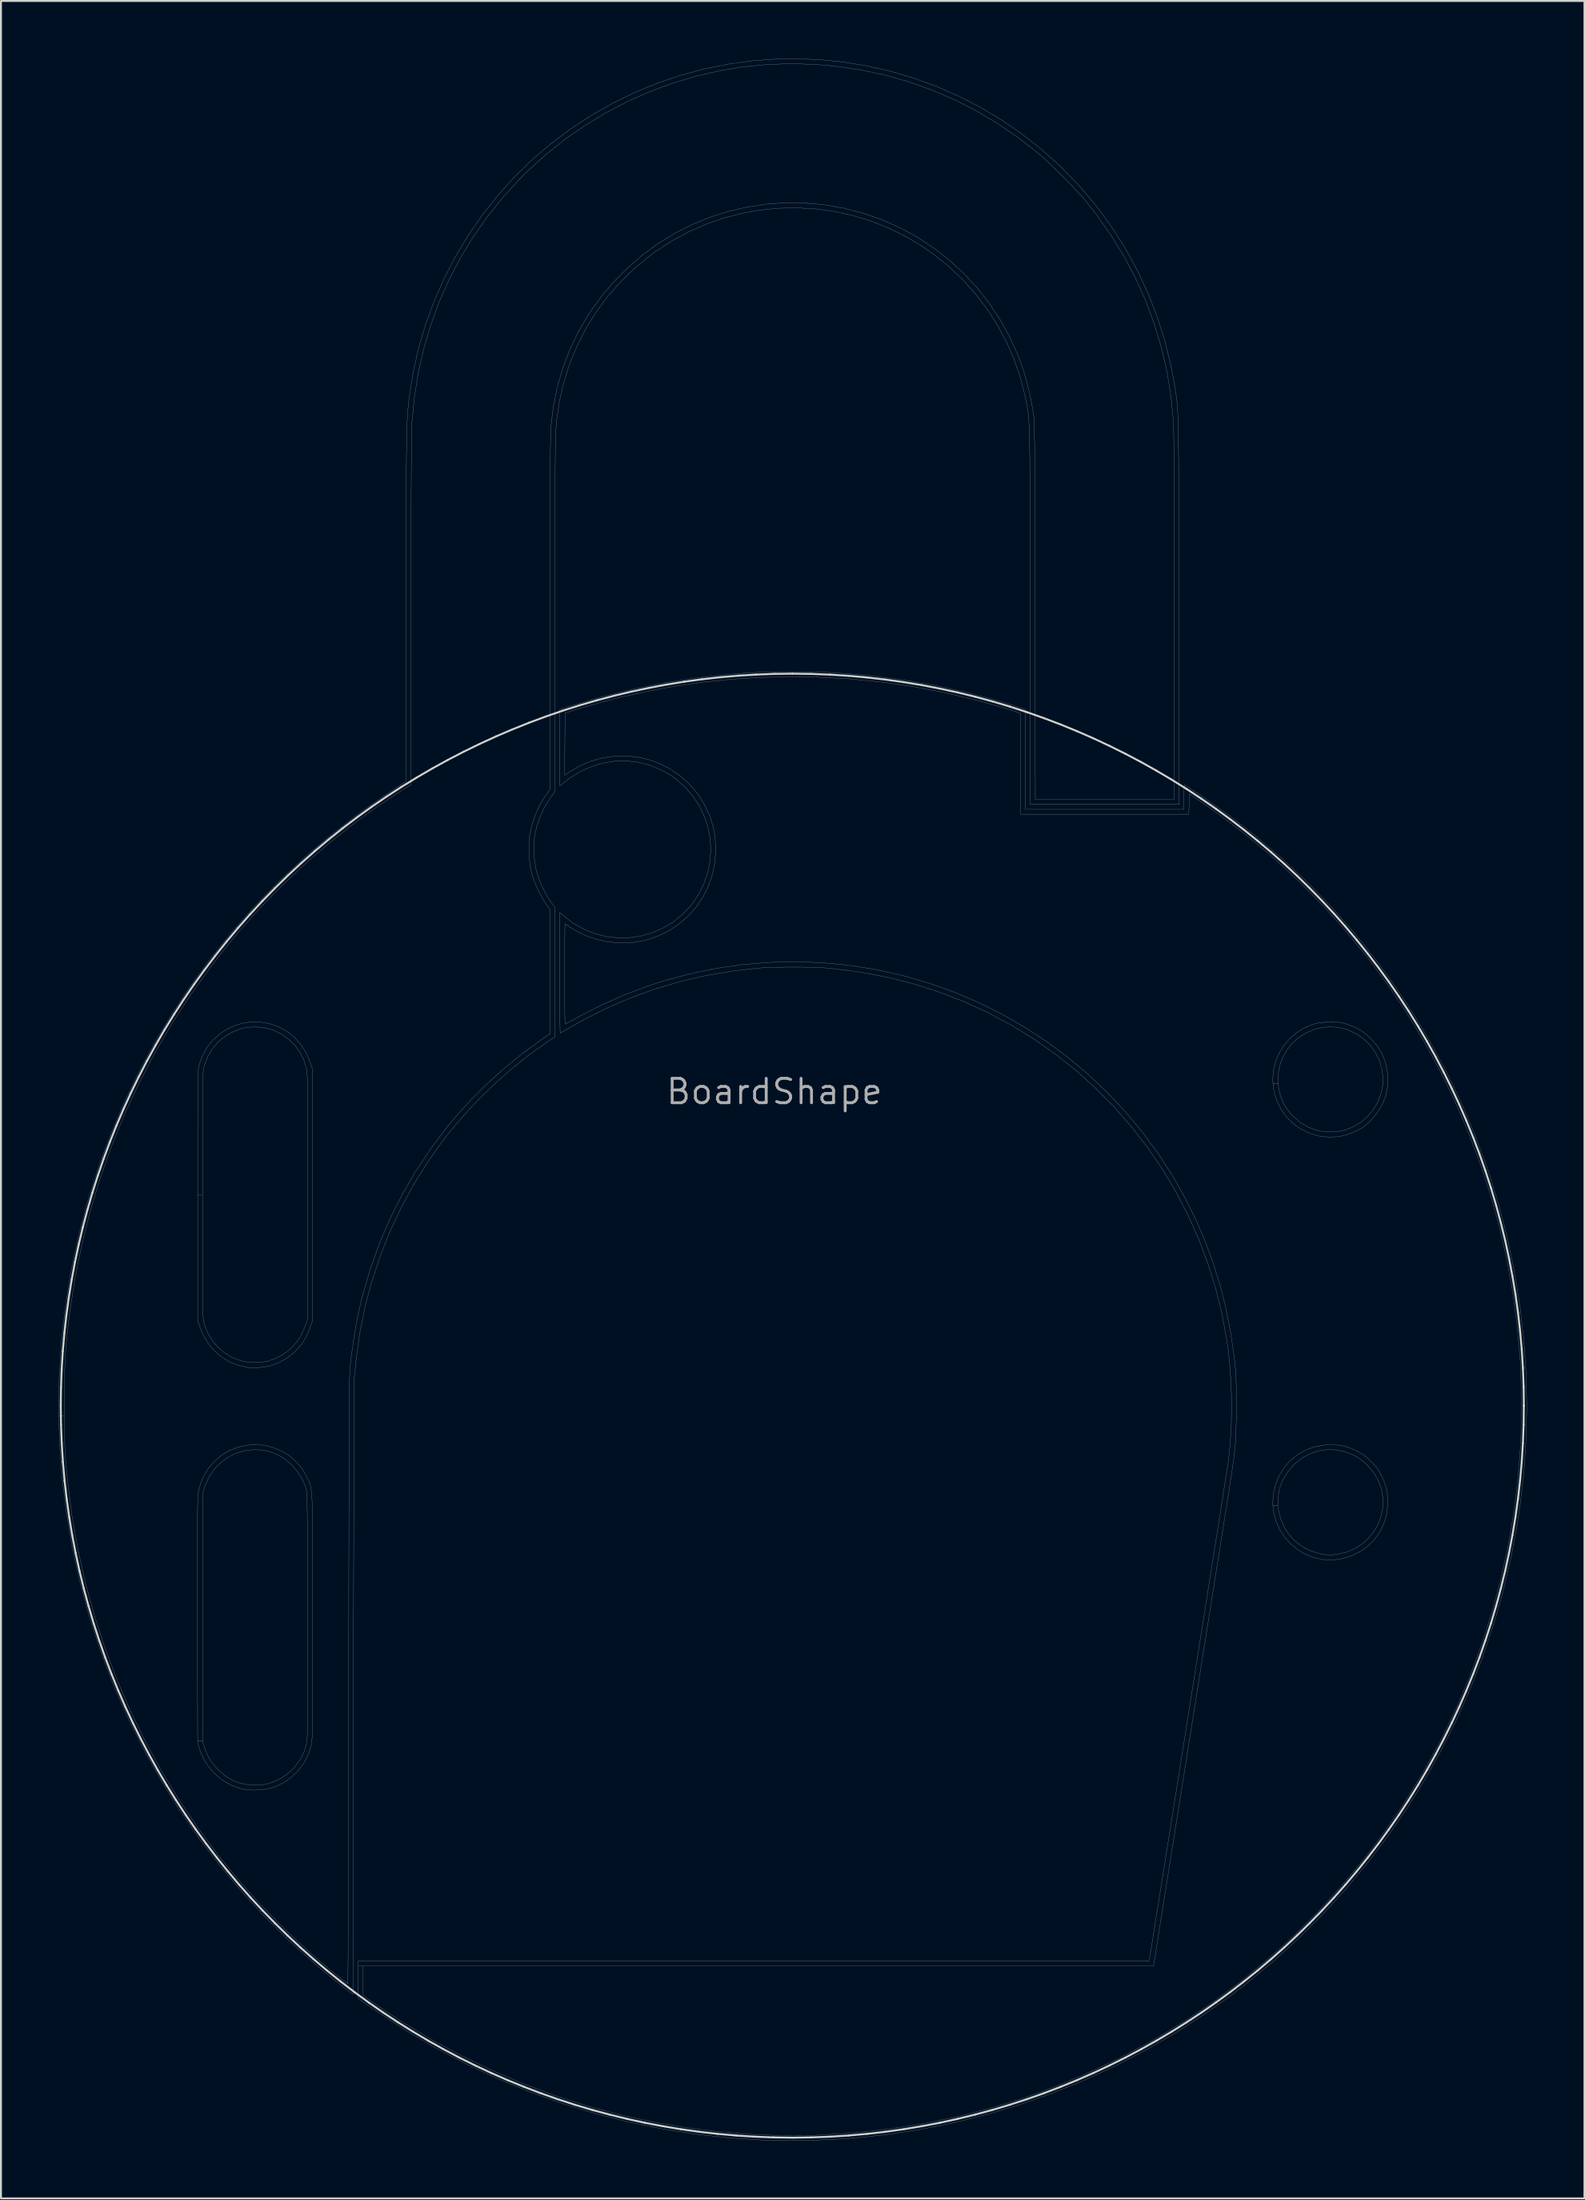
<source format=kicad_pcb>
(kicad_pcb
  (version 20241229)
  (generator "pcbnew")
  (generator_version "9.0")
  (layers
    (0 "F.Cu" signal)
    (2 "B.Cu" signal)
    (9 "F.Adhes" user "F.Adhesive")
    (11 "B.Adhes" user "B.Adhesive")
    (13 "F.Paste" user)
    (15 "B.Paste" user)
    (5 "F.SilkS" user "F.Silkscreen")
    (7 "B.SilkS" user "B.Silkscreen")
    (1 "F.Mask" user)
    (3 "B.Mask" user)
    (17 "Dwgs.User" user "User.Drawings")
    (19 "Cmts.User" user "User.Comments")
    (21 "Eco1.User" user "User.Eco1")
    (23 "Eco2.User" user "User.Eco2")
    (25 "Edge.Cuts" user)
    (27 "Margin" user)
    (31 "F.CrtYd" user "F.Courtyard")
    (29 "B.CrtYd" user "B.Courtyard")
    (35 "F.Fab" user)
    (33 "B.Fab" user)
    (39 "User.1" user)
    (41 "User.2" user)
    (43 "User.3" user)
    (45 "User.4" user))
  (footprint "BoardShape"
    (layer "F.Cu")
    (at 37.28 53.768)
    (property "Reference" "BoardShape" (at 0 0 0) (layer "F.Fab") (effects (font (size 1.27 1.27) (thickness 0.15))))
    (attr through_hole)
    (fp_line (start -37.164 16.348) (end -37.153 15.402) (stroke (width 0.1) (type solid)) (layer "Edge.Cuts"))
    (fp_line (start -37.153 15.402) (end -37.118 14.458) (stroke (width 0.1) (type solid)) (layer "Edge.Cuts"))
    (fp_line (start -37.152 17.331) (end -37.164 16.348) (stroke (width 0.1) (type solid)) (layer "Edge.Cuts"))
    (fp_line (start -37.118 14.458) (end -37.059 13.518) (stroke (width 0.1) (type solid)) (layer "Edge.Cuts"))
    (fp_line (start -37.115 18.308) (end -37.152 17.331) (stroke (width 0.1) (type solid)) (layer "Edge.Cuts"))
    (fp_line (start -37.059 13.518) (end -36.978 12.582) (stroke (width 0.1) (type solid)) (layer "Edge.Cuts"))
    (fp_line (start -37.053 19.279) (end -37.115 18.308) (stroke (width 0.1) (type solid)) (layer "Edge.Cuts"))
    (fp_line (start -36.978 12.582) (end -36.874 11.65) (stroke (width 0.1) (type solid)) (layer "Edge.Cuts"))
    (fp_line (start -36.968 20.243) (end -37.053 19.279) (stroke (width 0.1) (type solid)) (layer "Edge.Cuts"))
    (fp_line (start -36.874 11.65) (end -36.747 10.721) (stroke (width 0.1) (type solid)) (layer "Edge.Cuts"))
    (fp_line (start -36.858 21.2) (end -36.968 20.243) (stroke (width 0.1) (type solid)) (layer "Edge.Cuts"))
    (fp_line (start -36.747 10.721) (end -36.597 9.798) (stroke (width 0.1) (type solid)) (layer "Edge.Cuts"))
    (fp_line (start -36.725 22.15) (end -36.858 21.2) (stroke (width 0.1) (type solid)) (layer "Edge.Cuts"))
    (fp_line (start -36.597 9.798) (end -36.426 8.88) (stroke (width 0.1) (type solid)) (layer "Edge.Cuts"))
    (fp_line (start -36.569 23.092) (end -36.725 22.15) (stroke (width 0.1) (type solid)) (layer "Edge.Cuts"))
    (fp_line (start -36.426 8.88) (end -36.232 7.967) (stroke (width 0.1) (type solid)) (layer "Edge.Cuts"))
    (fp_line (start -36.39 24.026) (end -36.569 23.092) (stroke (width 0.1) (type solid)) (layer "Edge.Cuts"))
    (fp_line (start -36.232 7.967) (end -36.015 7.061) (stroke (width 0.1) (type solid)) (layer "Edge.Cuts"))
    (fp_line (start -36.189 24.952) (end -36.39 24.026) (stroke (width 0.1) (type solid)) (layer "Edge.Cuts"))
    (fp_line (start -36.015 7.061) (end -35.777 6.16) (stroke (width 0.1) (type solid)) (layer "Edge.Cuts"))
    (fp_line (start -35.965 25.869) (end -36.189 24.952) (stroke (width 0.1) (type solid)) (layer "Edge.Cuts"))
    (fp_line (start -35.777 6.16) (end -35.518 5.267) (stroke (width 0.1) (type solid)) (layer "Edge.Cuts"))
    (fp_line (start -35.719 26.778) (end -35.965 25.869) (stroke (width 0.1) (type solid)) (layer "Edge.Cuts"))
    (fp_line (start -35.518 5.267) (end -35.236 4.38) (stroke (width 0.1) (type solid)) (layer "Edge.Cuts"))
    (fp_line (start -35.452 27.677) (end -35.719 26.778) (stroke (width 0.1) (type solid)) (layer "Edge.Cuts"))
    (fp_line (start -35.236 4.38) (end -34.933 3.501) (stroke (width 0.1) (type solid)) (layer "Edge.Cuts"))
    (fp_line (start -35.163 28.567) (end -35.452 27.677) (stroke (width 0.1) (type solid)) (layer "Edge.Cuts"))
    (fp_line (start -34.933 3.501) (end -34.609 2.63) (stroke (width 0.1) (type solid)) (layer "Edge.Cuts"))
    (fp_line (start -34.853 29.448) (end -35.163 28.567) (stroke (width 0.1) (type solid)) (layer "Edge.Cuts"))
    (fp_line (start -34.609 2.63) (end -34.264 1.767) (stroke (width 0.1) (type solid)) (layer "Edge.Cuts"))
    (fp_line (start -34.522 30.318) (end -34.853 29.448) (stroke (width 0.1) (type solid)) (layer "Edge.Cuts"))
    (fp_line (start -34.264 1.767) (end -33.898 0.913) (stroke (width 0.1) (type solid)) (layer "Edge.Cuts"))
    (fp_line (start -34.17 31.178) (end -34.522 30.318) (stroke (width 0.1) (type solid)) (layer "Edge.Cuts"))
    (fp_line (start -33.898 0.913) (end -33.511 0.068) (stroke (width 0.1) (type solid)) (layer "Edge.Cuts"))
    (fp_line (start -33.799 32.027) (end -34.17 31.178) (stroke (width 0.1) (type solid)) (layer "Edge.Cuts"))
    (fp_line (start -33.511 0.068) (end -33.104 -0.767) (stroke (width 0.1) (type solid)) (layer "Edge.Cuts"))
    (fp_line (start -33.407 32.866) (end -33.799 32.027) (stroke (width 0.1) (type solid)) (layer "Edge.Cuts"))
    (fp_line (start -33.104 -0.767) (end -32.676 -1.593) (stroke (width 0.1) (type solid)) (layer "Edge.Cuts"))
    (fp_line (start -32.996 33.693) (end -33.407 32.866) (stroke (width 0.1) (type solid)) (layer "Edge.Cuts"))
    (fp_line (start -32.676 -1.593) (end -32.228 -2.409) (stroke (width 0.1) (type solid)) (layer "Edge.Cuts"))
    (fp_line (start -32.566 34.508) (end -32.996 33.693) (stroke (width 0.1) (type solid)) (layer "Edge.Cuts"))
    (fp_line (start -32.228 -2.409) (end -31.76 -3.214) (stroke (width 0.1) (type solid)) (layer "Edge.Cuts"))
    (fp_line (start -32.117 35.312) (end -32.566 34.508) (stroke (width 0.1) (type solid)) (layer "Edge.Cuts"))
    (fp_line (start -31.76 -3.214) (end -31.271 -4.008) (stroke (width 0.1) (type solid)) (layer "Edge.Cuts"))
    (fp_line (start -31.649 36.104) (end -32.117 35.312) (stroke (width 0.1) (type solid)) (layer "Edge.Cuts"))
    (fp_line (start -31.271 -4.008) (end -30.763 -4.79) (stroke (width 0.1) (type solid)) (layer "Edge.Cuts"))
    (fp_line (start -31.162 36.883) (end -31.649 36.104) (stroke (width 0.1) (type solid)) (layer "Edge.Cuts"))
    (fp_line (start -30.763 -4.79) (end -30.236 -5.561) (stroke (width 0.1) (type solid)) (layer "Edge.Cuts"))
    (fp_line (start -30.658 37.65) (end -31.162 36.883) (stroke (width 0.1) (type solid)) (layer "Edge.Cuts"))
    (fp_line (start -30.236 -5.561) (end -29.688 -6.319) (stroke (width 0.1) (type solid)) (layer "Edge.Cuts"))
    (fp_line (start -30.135 38.403) (end -30.658 37.65) (stroke (width 0.1) (type solid)) (layer "Edge.Cuts"))
    (fp_line (start -29.688 -6.319) (end -29.122 -7.065) (stroke (width 0.1) (type solid)) (layer "Edge.Cuts"))
    (fp_line (start -29.595 39.144) (end -30.135 38.403) (stroke (width 0.1) (type solid)) (layer "Edge.Cuts"))
    (fp_line (start -29.122 -7.065) (end -28.536 -7.798) (stroke (width 0.1) (type solid)) (layer "Edge.Cuts"))
    (fp_line (start -29.038 39.87) (end -29.595 39.144) (stroke (width 0.1) (type solid)) (layer "Edge.Cuts"))
    (fp_line (start -28.536 -7.798) (end -27.932 -8.518) (stroke (width 0.1) (type solid)) (layer "Edge.Cuts"))
    (fp_line (start -28.464 40.583) (end -29.038 39.87) (stroke (width 0.1) (type solid)) (layer "Edge.Cuts"))
    (fp_line (start -27.932 -8.518) (end -27.308 -9.224) (stroke (width 0.1) (type solid)) (layer "Edge.Cuts"))
    (fp_line (start -27.874 41.281) (end -28.464 40.583) (stroke (width 0.1) (type solid)) (layer "Edge.Cuts"))
    (fp_line (start -27.308 -9.224) (end -26.666 -9.916) (stroke (width 0.1) (type solid)) (layer "Edge.Cuts"))
    (fp_line (start -27.267 41.965) (end -27.874 41.281) (stroke (width 0.1) (type solid)) (layer "Edge.Cuts"))
    (fp_line (start -26.666 -9.916) (end -26.005 -10.593) (stroke (width 0.1) (type solid)) (layer "Edge.Cuts"))
    (fp_line (start -26.644 42.634) (end -27.267 41.965) (stroke (width 0.1) (type solid)) (layer "Edge.Cuts"))
    (fp_line (start -26.005 -10.593) (end -25.328 -11.254) (stroke (width 0.1) (type solid)) (layer "Edge.Cuts"))
    (fp_line (start -26.005 43.288) (end -26.644 42.634) (stroke (width 0.1) (type solid)) (layer "Edge.Cuts"))
    (fp_line (start -25.351 43.927) (end -26.005 43.288) (stroke (width 0.1) (type solid)) (layer "Edge.Cuts"))
    (fp_line (start -25.328 -11.254) (end -24.636 -11.896) (stroke (width 0.1) (type solid)) (layer "Edge.Cuts"))
    (fp_line (start -24.682 44.55) (end -25.351 43.927) (stroke (width 0.1) (type solid)) (layer "Edge.Cuts"))
    (fp_line (start -24.636 -11.896) (end -23.93 -12.519) (stroke (width 0.1) (type solid)) (layer "Edge.Cuts"))
    (fp_line (start -23.998 45.157) (end -24.682 44.55) (stroke (width 0.1) (type solid)) (layer "Edge.Cuts"))
    (fp_line (start -23.93 -12.519) (end -23.211 -13.124) (stroke (width 0.1) (type solid)) (layer "Edge.Cuts"))
    (fp_line (start -23.3 45.748) (end -23.998 45.157) (stroke (width 0.1) (type solid)) (layer "Edge.Cuts"))
    (fp_line (start -23.211 -13.124) (end -22.478 -13.71) (stroke (width 0.1) (type solid)) (layer "Edge.Cuts"))
    (fp_line (start -22.587 46.321) (end -23.3 45.748) (stroke (width 0.1) (type solid)) (layer "Edge.Cuts"))
    (fp_line (start -22.478 -13.71) (end -21.732 -14.276) (stroke (width 0.1) (type solid)) (layer "Edge.Cuts"))
    (fp_line (start -21.86 46.879) (end -22.587 46.321) (stroke (width 0.1) (type solid)) (layer "Edge.Cuts"))
    (fp_line (start -21.732 -14.276) (end -20.973 -14.823) (stroke (width 0.1) (type solid)) (layer "Edge.Cuts"))
    (fp_line (start -21.12 47.418) (end -21.86 46.879) (stroke (width 0.1) (type solid)) (layer "Edge.Cuts"))
    (fp_line (start -20.973 -14.823) (end -20.202 -15.351) (stroke (width 0.1) (type solid)) (layer "Edge.Cuts"))
    (fp_line (start -20.367 47.941) (end -21.12 47.418) (stroke (width 0.1) (type solid)) (layer "Edge.Cuts"))
    (fp_line (start -20.202 -15.351) (end -19.42 -15.859) (stroke (width 0.1) (type solid)) (layer "Edge.Cuts"))
    (fp_line (start -19.6 48.445) (end -20.367 47.941) (stroke (width 0.1) (type solid)) (layer "Edge.Cuts"))
    (fp_line (start -19.42 -15.859) (end -18.626 -16.347) (stroke (width 0.1) (type solid)) (layer "Edge.Cuts"))
    (fp_line (start -18.821 48.932) (end -19.6 48.445) (stroke (width 0.1) (type solid)) (layer "Edge.Cuts"))
    (fp_line (start -18.626 -16.347) (end -17.821 -16.816) (stroke (width 0.1) (type solid)) (layer "Edge.Cuts"))
    (fp_line (start -18.029 49.4) (end -18.821 48.932) (stroke (width 0.1) (type solid)) (layer "Edge.Cuts"))
    (fp_line (start -17.821 -16.816) (end -17.005 -17.264) (stroke (width 0.1) (type solid)) (layer "Edge.Cuts"))
    (fp_line (start -17.225 49.849) (end -18.029 49.4) (stroke (width 0.1) (type solid)) (layer "Edge.Cuts"))
    (fp_line (start -17.005 -17.264) (end -16.18 -17.692) (stroke (width 0.1) (type solid)) (layer "Edge.Cuts"))
    (fp_line (start -16.41 50.28) (end -17.225 49.849) (stroke (width 0.1) (type solid)) (layer "Edge.Cuts"))
    (fp_line (start -16.18 -17.692) (end -15.344 -18.099) (stroke (width 0.1) (type solid)) (layer "Edge.Cuts"))
    (fp_line (start -15.582 50.691) (end -16.41 50.28) (stroke (width 0.1) (type solid)) (layer "Edge.Cuts"))
    (fp_line (start -15.344 -18.099) (end -14.499 -18.486) (stroke (width 0.1) (type solid)) (layer "Edge.Cuts"))
    (fp_line (start -14.744 51.082) (end -15.582 50.691) (stroke (width 0.1) (type solid)) (layer "Edge.Cuts"))
    (fp_line (start -14.499 -18.486) (end -13.645 -18.852) (stroke (width 0.1) (type solid)) (layer "Edge.Cuts"))
    (fp_line (start -13.895 51.454) (end -14.744 51.082) (stroke (width 0.1) (type solid)) (layer "Edge.Cuts"))
    (fp_line (start -13.645 -18.852) (end -12.782 -19.197) (stroke (width 0.1) (type solid)) (layer "Edge.Cuts"))
    (fp_line (start -13.035 51.805) (end -13.895 51.454) (stroke (width 0.1) (type solid)) (layer "Edge.Cuts"))
    (fp_line (start -12.782 -19.197) (end -11.911 -19.521) (stroke (width 0.1) (type solid)) (layer "Edge.Cuts"))
    (fp_line (start -12.165 52.136) (end -13.035 51.805) (stroke (width 0.1) (type solid)) (layer "Edge.Cuts"))
    (fp_line (start -11.911 -19.521) (end -11.032 -19.824) (stroke (width 0.1) (type solid)) (layer "Edge.Cuts"))
    (fp_line (start -11.284 52.446) (end -12.165 52.136) (stroke (width 0.1) (type solid)) (layer "Edge.Cuts"))
    (fp_line (start -11.032 -19.824) (end -10.145 -20.105) (stroke (width 0.1) (type solid)) (layer "Edge.Cuts"))
    (fp_line (start -10.394 52.735) (end -11.284 52.446) (stroke (width 0.1) (type solid)) (layer "Edge.Cuts"))
    (fp_line (start -10.145 -20.105) (end -9.252 -20.365) (stroke (width 0.1) (type solid)) (layer "Edge.Cuts"))
    (fp_line (start -9.495 53.002) (end -10.394 52.735) (stroke (width 0.1) (type solid)) (layer "Edge.Cuts"))
    (fp_line (start -9.252 -20.365) (end -8.351 -20.603) (stroke (width 0.1) (type solid)) (layer "Edge.Cuts"))
    (fp_line (start -8.586 53.248) (end -9.495 53.002) (stroke (width 0.1) (type solid)) (layer "Edge.Cuts"))
    (fp_line (start -8.351 -20.603) (end -7.445 -20.819) (stroke (width 0.1) (type solid)) (layer "Edge.Cuts"))
    (fp_line (start -7.669 53.472) (end -8.586 53.248) (stroke (width 0.1) (type solid)) (layer "Edge.Cuts"))
    (fp_line (start -7.445 -20.819) (end -6.532 -21.013) (stroke (width 0.1) (type solid)) (layer "Edge.Cuts"))
    (fp_line (start -6.743 53.674) (end -7.669 53.472) (stroke (width 0.1) (type solid)) (layer "Edge.Cuts"))
    (fp_line (start -6.532 -21.013) (end -5.614 -21.185) (stroke (width 0.1) (type solid)) (layer "Edge.Cuts"))
    (fp_line (start -5.809 53.853) (end -6.743 53.674) (stroke (width 0.1) (type solid)) (layer "Edge.Cuts"))
    (fp_line (start -5.614 -21.185) (end -4.691 -21.335) (stroke (width 0.1) (type solid)) (layer "Edge.Cuts"))
    (fp_line (start -4.867 54.009) (end -5.809 53.853) (stroke (width 0.1) (type solid)) (layer "Edge.Cuts"))
    (fp_line (start -4.691 -21.335) (end -3.763 -21.462) (stroke (width 0.1) (type solid)) (layer "Edge.Cuts"))
    (fp_line (start -3.917 54.142) (end -4.867 54.009) (stroke (width 0.1) (type solid)) (layer "Edge.Cuts"))
    (fp_line (start -3.763 -21.462) (end -2.83 -21.566) (stroke (width 0.1) (type solid)) (layer "Edge.Cuts"))
    (fp_line (start -2.96 54.251) (end -3.917 54.142) (stroke (width 0.1) (type solid)) (layer "Edge.Cuts"))
    (fp_line (start -2.83 -21.566) (end -1.894 -21.647) (stroke (width 0.1) (type solid)) (layer "Edge.Cuts"))
    (fp_line (start -1.996 54.337) (end -2.96 54.251) (stroke (width 0.1) (type solid)) (layer "Edge.Cuts"))
    (fp_line (start -1.894 -21.647) (end -0.954 -21.705) (stroke (width 0.1) (type solid)) (layer "Edge.Cuts"))
    (fp_line (start -1.025 54.398) (end -1.996 54.337) (stroke (width 0.1) (type solid)) (layer "Edge.Cuts"))
    (fp_line (start -0.954 -21.705) (end -0.011 -21.741) (stroke (width 0.1) (type solid)) (layer "Edge.Cuts"))
    (fp_line (start -0.048 54.435) (end -1.025 54.398) (stroke (width 0.1) (type solid)) (layer "Edge.Cuts"))
    (fp_line (start -0.011 -21.741) (end 0.936 -21.752) (stroke (width 0.1) (type solid)) (layer "Edge.Cuts"))
    (fp_line (start 0.936 -21.752) (end 1.919 -21.74) (stroke (width 0.1) (type solid)) (layer "Edge.Cuts"))
    (fp_line (start 0.936 54.448) (end -0.048 54.435) (stroke (width 0.1) (type solid)) (layer "Edge.Cuts"))
    (fp_line (start 1.919 -21.74) (end 2.896 -21.703) (stroke (width 0.1) (type solid)) (layer "Edge.Cuts"))
    (fp_line (start 1.919 54.435) (end 0.936 54.448) (stroke (width 0.1) (type solid)) (layer "Edge.Cuts"))
    (fp_line (start 2.896 -21.703) (end 3.867 -21.641) (stroke (width 0.1) (type solid)) (layer "Edge.Cuts"))
    (fp_line (start 2.896 54.398) (end 1.919 54.435) (stroke (width 0.1) (type solid)) (layer "Edge.Cuts"))
    (fp_line (start 3.867 -21.641) (end 4.831 -21.556) (stroke (width 0.1) (type solid)) (layer "Edge.Cuts"))
    (fp_line (start 3.867 54.337) (end 2.896 54.398) (stroke (width 0.1) (type solid)) (layer "Edge.Cuts"))
    (fp_line (start 4.831 -21.556) (end 5.788 -21.446) (stroke (width 0.1) (type solid)) (layer "Edge.Cuts"))
    (fp_line (start 4.831 54.251) (end 3.867 54.337) (stroke (width 0.1) (type solid)) (layer "Edge.Cuts"))
    (fp_line (start 5.788 -21.446) (end 6.738 -21.313) (stroke (width 0.1) (type solid)) (layer "Edge.Cuts"))
    (fp_line (start 5.788 54.142) (end 4.831 54.251) (stroke (width 0.1) (type solid)) (layer "Edge.Cuts"))
    (fp_line (start 6.738 -21.313) (end 7.68 -21.157) (stroke (width 0.1) (type solid)) (layer "Edge.Cuts"))
    (fp_line (start 6.738 54.009) (end 5.788 54.142) (stroke (width 0.1) (type solid)) (layer "Edge.Cuts"))
    (fp_line (start 7.68 53.853) (end 6.738 54.009) (stroke (width 0.1) (type solid)) (layer "Edge.Cuts"))
    (fp_line (start 7.68 -21.157) (end 8.614 -20.978) (stroke (width 0.1) (type solid)) (layer "Edge.Cuts"))
    (fp_line (start 8.614 -20.978) (end 9.54 -20.777) (stroke (width 0.1) (type solid)) (layer "Edge.Cuts"))
    (fp_line (start 8.614 53.674) (end 7.68 53.853) (stroke (width 0.1) (type solid)) (layer "Edge.Cuts"))
    (fp_line (start 9.54 -20.777) (end 10.457 -20.553) (stroke (width 0.1) (type solid)) (layer "Edge.Cuts"))
    (fp_line (start 9.54 53.472) (end 8.614 53.674) (stroke (width 0.1) (type solid)) (layer "Edge.Cuts"))
    (fp_line (start 10.457 -20.553) (end 11.366 -20.307) (stroke (width 0.1) (type solid)) (layer "Edge.Cuts"))
    (fp_line (start 10.457 53.248) (end 9.54 53.472) (stroke (width 0.1) (type solid)) (layer "Edge.Cuts"))
    (fp_line (start 11.366 -20.307) (end 12.265 -20.039) (stroke (width 0.1) (type solid)) (layer "Edge.Cuts"))
    (fp_line (start 11.366 53.002) (end 10.457 53.248) (stroke (width 0.1) (type solid)) (layer "Edge.Cuts"))
    (fp_line (start 12.265 -20.039) (end 13.155 -19.75) (stroke (width 0.1) (type solid)) (layer "Edge.Cuts"))
    (fp_line (start 12.265 52.735) (end 11.366 53.002) (stroke (width 0.1) (type solid)) (layer "Edge.Cuts"))
    (fp_line (start 13.155 52.446) (end 12.265 52.735) (stroke (width 0.1) (type solid)) (layer "Edge.Cuts"))
    (fp_line (start 13.155 -19.75) (end 14.036 -19.44) (stroke (width 0.1) (type solid)) (layer "Edge.Cuts"))
    (fp_line (start 14.036 -19.44) (end 14.906 -19.11) (stroke (width 0.1) (type solid)) (layer "Edge.Cuts"))
    (fp_line (start 14.036 52.136) (end 13.155 52.446) (stroke (width 0.1) (type solid)) (layer "Edge.Cuts"))
    (fp_line (start 14.906 -19.11) (end 15.766 -18.758) (stroke (width 0.1) (type solid)) (layer "Edge.Cuts"))
    (fp_line (start 14.906 51.805) (end 14.036 52.136) (stroke (width 0.1) (type solid)) (layer "Edge.Cuts"))
    (fp_line (start 15.766 51.454) (end 14.906 51.805) (stroke (width 0.1) (type solid)) (layer "Edge.Cuts"))
    (fp_line (start 15.766 -18.758) (end 16.615 -18.387) (stroke (width 0.1) (type solid)) (layer "Edge.Cuts"))
    (fp_line (start 16.615 -18.387) (end 17.453 -17.995) (stroke (width 0.1) (type solid)) (layer "Edge.Cuts"))
    (fp_line (start 16.615 51.082) (end 15.766 51.454) (stroke (width 0.1) (type solid)) (layer "Edge.Cuts"))
    (fp_line (start 17.453 50.691) (end 16.615 51.082) (stroke (width 0.1) (type solid)) (layer "Edge.Cuts"))
    (fp_line (start 17.453 -17.995) (end 18.281 -17.584) (stroke (width 0.1) (type solid)) (layer "Edge.Cuts"))
    (fp_line (start 18.281 50.28) (end 17.453 50.691) (stroke (width 0.1) (type solid)) (layer "Edge.Cuts"))
    (fp_line (start 18.281 -17.584) (end 19.096 -17.154) (stroke (width 0.1) (type solid)) (layer "Edge.Cuts"))
    (fp_line (start 19.096 -17.154) (end 19.9 -16.704) (stroke (width 0.1) (type solid)) (layer "Edge.Cuts"))
    (fp_line (start 19.096 49.849) (end 18.281 50.28) (stroke (width 0.1) (type solid)) (layer "Edge.Cuts"))
    (fp_line (start 19.9 -16.704) (end 20.692 -16.236) (stroke (width 0.1) (type solid)) (layer "Edge.Cuts"))
    (fp_line (start 19.9 49.4) (end 19.096 49.849) (stroke (width 0.1) (type solid)) (layer "Edge.Cuts"))
    (fp_line (start 20.692 48.932) (end 19.9 49.4) (stroke (width 0.1) (type solid)) (layer "Edge.Cuts"))
    (fp_line (start 20.692 -16.236) (end 21.471 -15.75) (stroke (width 0.1) (type solid)) (layer "Edge.Cuts"))
    (fp_line (start 21.471 -15.75) (end 22.238 -15.245) (stroke (width 0.1) (type solid)) (layer "Edge.Cuts"))
    (fp_line (start 21.471 48.445) (end 20.692 48.932) (stroke (width 0.1) (type solid)) (layer "Edge.Cuts"))
    (fp_line (start 22.238 -15.245) (end 22.991 -14.723) (stroke (width 0.1) (type solid)) (layer "Edge.Cuts"))
    (fp_line (start 22.238 47.941) (end 21.471 48.445) (stroke (width 0.1) (type solid)) (layer "Edge.Cuts"))
    (fp_line (start 22.991 -14.723) (end 23.731 -14.183) (stroke (width 0.1) (type solid)) (layer "Edge.Cuts"))
    (fp_line (start 22.991 47.418) (end 22.238 47.941) (stroke (width 0.1) (type solid)) (layer "Edge.Cuts"))
    (fp_line (start 23.731 -14.183) (end 24.458 -13.626) (stroke (width 0.1) (type solid)) (layer "Edge.Cuts"))
    (fp_line (start 23.731 46.879) (end 22.991 47.418) (stroke (width 0.1) (type solid)) (layer "Edge.Cuts"))
    (fp_line (start 24.458 -13.626) (end 25.171 -13.052) (stroke (width 0.1) (type solid)) (layer "Edge.Cuts"))
    (fp_line (start 24.458 46.321) (end 23.731 46.879) (stroke (width 0.1) (type solid)) (layer "Edge.Cuts"))
    (fp_line (start 25.171 45.748) (end 24.458 46.321) (stroke (width 0.1) (type solid)) (layer "Edge.Cuts"))
    (fp_line (start 25.171 -13.052) (end 25.869 -12.462) (stroke (width 0.1) (type solid)) (layer "Edge.Cuts"))
    (fp_line (start 25.869 -12.462) (end 26.553 -11.855) (stroke (width 0.1) (type solid)) (layer "Edge.Cuts"))
    (fp_line (start 25.869 45.157) (end 25.171 45.748) (stroke (width 0.1) (type solid)) (layer "Edge.Cuts"))
    (fp_line (start 26.553 -11.855) (end 27.222 -11.232) (stroke (width 0.1) (type solid)) (layer "Edge.Cuts"))
    (fp_line (start 26.553 44.55) (end 25.869 45.157) (stroke (width 0.1) (type solid)) (layer "Edge.Cuts"))
    (fp_line (start 27.222 43.927) (end 26.553 44.55) (stroke (width 0.1) (type solid)) (layer "Edge.Cuts"))
    (fp_line (start 27.222 -11.232) (end 27.876 -10.593) (stroke (width 0.1) (type solid)) (layer "Edge.Cuts"))
    (fp_line (start 27.876 43.288) (end 27.222 43.927) (stroke (width 0.1) (type solid)) (layer "Edge.Cuts"))
    (fp_line (start 27.876 -10.593) (end 28.515 -9.939) (stroke (width 0.1) (type solid)) (layer "Edge.Cuts"))
    (fp_line (start 28.515 -9.939) (end 29.138 -9.27) (stroke (width 0.1) (type solid)) (layer "Edge.Cuts"))
    (fp_line (start 28.515 42.634) (end 27.876 43.288) (stroke (width 0.1) (type solid)) (layer "Edge.Cuts"))
    (fp_line (start 29.138 41.965) (end 28.515 42.634) (stroke (width 0.1) (type solid)) (layer "Edge.Cuts"))
    (fp_line (start 29.138 -9.27) (end 29.745 -8.586) (stroke (width 0.1) (type solid)) (layer "Edge.Cuts"))
    (fp_line (start 29.745 41.281) (end 29.138 41.965) (stroke (width 0.1) (type solid)) (layer "Edge.Cuts"))
    (fp_line (start 29.745 -8.586) (end 30.335 -7.887) (stroke (width 0.1) (type solid)) (layer "Edge.Cuts"))
    (fp_line (start 30.335 40.583) (end 29.745 41.281) (stroke (width 0.1) (type solid)) (layer "Edge.Cuts"))
    (fp_line (start 30.335 -7.887) (end 30.909 -7.175) (stroke (width 0.1) (type solid)) (layer "Edge.Cuts"))
    (fp_line (start 30.909 39.87) (end 30.335 40.583) (stroke (width 0.1) (type solid)) (layer "Edge.Cuts"))
    (fp_line (start 30.909 -7.175) (end 31.466 -6.448) (stroke (width 0.1) (type solid)) (layer "Edge.Cuts"))
    (fp_line (start 31.466 39.144) (end 30.909 39.87) (stroke (width 0.1) (type solid)) (layer "Edge.Cuts"))
    (fp_line (start 31.466 -6.448) (end 32.006 -5.708) (stroke (width 0.1) (type solid)) (layer "Edge.Cuts"))
    (fp_line (start 32.006 -5.708) (end 32.529 -4.954) (stroke (width 0.1) (type solid)) (layer "Edge.Cuts"))
    (fp_line (start 32.006 38.403) (end 31.466 39.144) (stroke (width 0.1) (type solid)) (layer "Edge.Cuts"))
    (fp_line (start 32.529 37.65) (end 32.006 38.403) (stroke (width 0.1) (type solid)) (layer "Edge.Cuts"))
    (fp_line (start 32.529 -4.954) (end 33.033 -4.188) (stroke (width 0.1) (type solid)) (layer "Edge.Cuts"))
    (fp_line (start 33.033 -4.188) (end 33.52 -3.409) (stroke (width 0.1) (type solid)) (layer "Edge.Cuts"))
    (fp_line (start 33.033 36.883) (end 32.529 37.65) (stroke (width 0.1) (type solid)) (layer "Edge.Cuts"))
    (fp_line (start 33.52 -3.409) (end 33.988 -2.617) (stroke (width 0.1) (type solid)) (layer "Edge.Cuts"))
    (fp_line (start 33.52 36.104) (end 33.033 36.883) (stroke (width 0.1) (type solid)) (layer "Edge.Cuts"))
    (fp_line (start 33.988 -2.617) (end 34.437 -1.813) (stroke (width 0.1) (type solid)) (layer "Edge.Cuts"))
    (fp_line (start 33.988 35.312) (end 33.52 36.104) (stroke (width 0.1) (type solid)) (layer "Edge.Cuts"))
    (fp_line (start 34.437 34.508) (end 33.988 35.312) (stroke (width 0.1) (type solid)) (layer "Edge.Cuts"))
    (fp_line (start 34.437 -1.813) (end 34.867 -0.997) (stroke (width 0.1) (type solid)) (layer "Edge.Cuts"))
    (fp_line (start 34.867 -0.997) (end 35.278 -0.17) (stroke (width 0.1) (type solid)) (layer "Edge.Cuts"))
    (fp_line (start 34.867 33.693) (end 34.437 34.508) (stroke (width 0.1) (type solid)) (layer "Edge.Cuts"))
    (fp_line (start 35.278 32.866) (end 34.867 33.693) (stroke (width 0.1) (type solid)) (layer "Edge.Cuts"))
    (fp_line (start 35.278 -0.17) (end 35.67 0.668) (stroke (width 0.1) (type solid)) (layer "Edge.Cuts"))
    (fp_line (start 35.67 32.027) (end 35.278 32.866) (stroke (width 0.1) (type solid)) (layer "Edge.Cuts"))
    (fp_line (start 35.67 0.668) (end 36.041 1.517) (stroke (width 0.1) (type solid)) (layer "Edge.Cuts"))
    (fp_line (start 36.041 1.517) (end 36.393 2.377) (stroke (width 0.1) (type solid)) (layer "Edge.Cuts"))
    (fp_line (start 36.041 31.178) (end 35.67 32.027) (stroke (width 0.1) (type solid)) (layer "Edge.Cuts"))
    (fp_line (start 36.393 2.377) (end 36.724 3.248) (stroke (width 0.1) (type solid)) (layer "Edge.Cuts"))
    (fp_line (start 36.393 30.318) (end 36.041 31.178) (stroke (width 0.1) (type solid)) (layer "Edge.Cuts"))
    (fp_line (start 36.724 3.248) (end 37.034 4.128) (stroke (width 0.1) (type solid)) (layer "Edge.Cuts"))
    (fp_line (start 36.724 29.448) (end 36.393 30.318) (stroke (width 0.1) (type solid)) (layer "Edge.Cuts"))
    (fp_line (start 37.034 4.128) (end 37.323 5.018) (stroke (width 0.1) (type solid)) (layer "Edge.Cuts"))
    (fp_line (start 37.034 28.567) (end 36.724 29.448) (stroke (width 0.1) (type solid)) (layer "Edge.Cuts"))
    (fp_line (start 37.323 27.677) (end 37.034 28.567) (stroke (width 0.1) (type solid)) (layer "Edge.Cuts"))
    (fp_line (start 37.323 5.018) (end 37.59 5.917) (stroke (width 0.1) (type solid)) (layer "Edge.Cuts"))
    (fp_line (start 37.59 5.917) (end 37.836 6.826) (stroke (width 0.1) (type solid)) (layer "Edge.Cuts"))
    (fp_line (start 37.59 26.778) (end 37.323 27.677) (stroke (width 0.1) (type solid)) (layer "Edge.Cuts"))
    (fp_line (start 37.836 6.826) (end 38.06 7.743) (stroke (width 0.1) (type solid)) (layer "Edge.Cuts"))
    (fp_line (start 37.836 25.869) (end 37.59 26.778) (stroke (width 0.1) (type solid)) (layer "Edge.Cuts"))
    (fp_line (start 38.06 7.743) (end 38.261 8.669) (stroke (width 0.1) (type solid)) (layer "Edge.Cuts"))
    (fp_line (start 38.06 24.952) (end 37.836 25.869) (stroke (width 0.1) (type solid)) (layer "Edge.Cuts"))
    (fp_line (start 38.261 8.669) (end 38.44 9.603) (stroke (width 0.1) (type solid)) (layer "Edge.Cuts"))
    (fp_line (start 38.261 24.026) (end 38.06 24.952) (stroke (width 0.1) (type solid)) (layer "Edge.Cuts"))
    (fp_line (start 38.44 9.603) (end 38.597 10.545) (stroke (width 0.1) (type solid)) (layer "Edge.Cuts"))
    (fp_line (start 38.44 23.092) (end 38.261 24.026) (stroke (width 0.1) (type solid)) (layer "Edge.Cuts"))
    (fp_line (start 38.597 10.545) (end 38.729 11.495) (stroke (width 0.1) (type solid)) (layer "Edge.Cuts"))
    (fp_line (start 38.597 22.15) (end 38.44 23.092) (stroke (width 0.1) (type solid)) (layer "Edge.Cuts"))
    (fp_line (start 38.729 21.2) (end 38.597 22.15) (stroke (width 0.1) (type solid)) (layer "Edge.Cuts"))
    (fp_line (start 38.729 11.495) (end 38.839 12.452) (stroke (width 0.1) (type solid)) (layer "Edge.Cuts"))
    (fp_line (start 38.839 12.452) (end 38.924 13.416) (stroke (width 0.1) (type solid)) (layer "Edge.Cuts"))
    (fp_line (start 38.839 20.243) (end 38.729 21.2) (stroke (width 0.1) (type solid)) (layer "Edge.Cuts"))
    (fp_line (start 38.924 13.416) (end 38.986 14.387) (stroke (width 0.1) (type solid)) (layer "Edge.Cuts"))
    (fp_line (start 38.924 19.279) (end 38.839 20.243) (stroke (width 0.1) (type solid)) (layer "Edge.Cuts"))
    (fp_line (start 38.986 18.308) (end 38.924 19.279) (stroke (width 0.1) (type solid)) (layer "Edge.Cuts"))
    (fp_line (start 38.986 14.387) (end 39.023 15.364) (stroke (width 0.1) (type solid)) (layer "Edge.Cuts"))
    (fp_line (start 39.023 15.364) (end 39.036 16.348) (stroke (width 0.1) (type solid)) (layer "Edge.Cuts"))
    (fp_line (start 39.023 17.331) (end 38.986 18.308) (stroke (width 0.1) (type solid)) (layer "Edge.Cuts"))
    (fp_line (start 39.036 16.348) (end 39.023 17.331) (stroke (width 0.1) (type solid)) (layer "Edge.Cuts"))
    (fp_line (start 39.036 16.348) (end 39.036 16.348) (stroke (width 0.1) (type solid)) (layer "Edge.Cuts"))
    (fp_line (start 39.036 16.348) (end 39.036 16.348) (stroke (width 0.1) (type solid)) (layer "Edge.Cuts"))
    (fp_poly (pts (xy 29.543 18.424) (xy 29.871 18.51) (xy 30.214 18.65) (xy 30.311 18.696) (xy 30.513 18.802) (xy 30.678 18.907) (xy 30.834 19.029) (xy 31.008 19.191) (xy 31.078 19.26) (xy 31.253 19.442) (xy 31.383 19.594) (xy 31.487 19.744) (xy 31.583 19.919) (xy 31.636 20.026) (xy 31.801 20.419) (xy 31.905 20.788) (xy 31.952 21.162) (xy 31.95 21.523) (xy 31.883 22.027) (xy 31.741 22.499) (xy 31.528 22.932) (xy 31.251 23.319) (xy 30.914 23.657) (xy 30.522 23.937) (xy 30.08 24.155) (xy 29.594 24.305) (xy 29.54 24.317) (xy 29.186 24.366) (xy 28.819 24.375) (xy 28.554 24.354) (xy 28.081 24.248) (xy 27.64 24.07) (xy 27.239 23.828) (xy 26.881 23.529) (xy 26.574 23.181) (xy 26.322 22.792) (xy 26.131 22.369) (xy 26.007 21.92) (xy 25.966 21.542) (xy 26.225 21.542) (xy 26.248 21.747) (xy 26.36 22.221) (xy 26.545 22.655) (xy 26.795 23.045) (xy 27.106 23.384) (xy 27.47 23.666) (xy 27.883 23.886) (xy 28.338 24.037) (xy 28.596 24.088) (xy 28.766 24.111) (xy 28.898 24.122) (xy 29.025 24.119) (xy 29.18 24.103) (xy 29.321 24.084) (xy 29.776 23.981) (xy 30.196 23.808) (xy 30.576 23.572) (xy 30.909 23.283) (xy 31.191 22.946) (xy 31.417 22.572) (xy 31.581 22.166) (xy 31.679 21.737) (xy 31.705 21.293) (xy 31.654 20.842) (xy 31.598 20.615) (xy 31.437 20.206) (xy 31.204 19.819) (xy 30.913 19.469) (xy 30.576 19.171) (xy 30.206 18.94) (xy 30.184 18.929) (xy 29.728 18.749) (xy 29.267 18.651) (xy 28.807 18.633) (xy 28.357 18.695) (xy 27.923 18.835) (xy 27.514 19.052) (xy 27.135 19.345) (xy 27.051 19.426) (xy 26.732 19.797) (xy 26.488 20.2) (xy 26.321 20.63) (xy 26.232 21.08) (xy 26.225 21.542) (xy 25.966 21.542) (xy 25.956 21.452) (xy 25.984 20.973) (xy 25.991 20.925) (xy 26.11 20.431) (xy 26.299 19.978) (xy 26.553 19.57) (xy 26.865 19.214) (xy 27.23 18.913) (xy 27.641 18.675) (xy 28.092 18.503) (xy 28.577 18.405) (xy 28.808 18.386) (xy 29.199 18.385) (xy 29.543 18.424)) (stroke (width 0.01) (type solid)) (fill no) (layer "F.Fab"))
    (fp_poly (pts (xy 29.232 -3.614) (xy 29.408 -3.605) (xy 29.551 -3.586) (xy 29.689 -3.553) (xy 29.846 -3.502) (xy 29.898 -3.484) (xy 30.249 -3.345) (xy 30.544 -3.185) (xy 30.814 -2.988) (xy 31.072 -2.751) (xy 31.399 -2.375) (xy 31.647 -1.976) (xy 31.82 -1.544) (xy 31.922 -1.072) (xy 31.95 -0.761) (xy 31.936 -0.259) (xy 31.841 0.218) (xy 31.667 0.667) (xy 31.412 1.088) (xy 31.078 1.481) (xy 31.072 1.487) (xy 30.893 1.662) (xy 30.742 1.791) (xy 30.594 1.893) (xy 30.423 1.988) (xy 30.309 2.045) (xy 30.1 2.136) (xy 29.878 2.221) (xy 29.679 2.285) (xy 29.604 2.304) (xy 29.292 2.35) (xy 28.946 2.365) (xy 28.605 2.348) (xy 28.342 2.308) (xy 27.856 2.159) (xy 27.412 1.941) (xy 27.016 1.658) (xy 26.674 1.317) (xy 26.391 0.924) (xy 26.173 0.485) (xy 26.026 0.005) (xy 25.991 -0.181) (xy 25.973 -0.421) (xy 26.229 -0.421) (xy 26.244 -0.296) (xy 26.333 0.139) (xy 26.471 0.519) (xy 26.666 0.862) (xy 26.929 1.19) (xy 27.053 1.319) (xy 27.422 1.628) (xy 27.833 1.864) (xy 28.28 2.025) (xy 28.384 2.05) (xy 28.649 2.088) (xy 28.956 2.099) (xy 29.272 2.085) (xy 29.562 2.046) (xy 29.718 2.008) (xy 30.129 1.845) (xy 30.515 1.613) (xy 30.864 1.323) (xy 31.16 0.989) (xy 31.39 0.62) (xy 31.404 0.593) (xy 31.583 0.143) (xy 31.68 -0.302) (xy 31.696 -0.752) (xy 31.641 -1.177) (xy 31.508 -1.629) (xy 31.301 -2.045) (xy 31.027 -2.419) (xy 30.694 -2.743) (xy 30.307 -3.01) (xy 29.873 -3.213) (xy 29.718 -3.266) (xy 29.349 -3.344) (xy 28.947 -3.368) (xy 28.544 -3.338) (xy 28.171 -3.255) (xy 28.131 -3.242) (xy 27.672 -3.045) (xy 27.271 -2.786) (xy 26.928 -2.466) (xy 26.693 -2.161) (xy 26.464 -1.749) (xy 26.309 -1.313) (xy 26.23 -0.866) (xy 26.229 -0.421) (xy 25.973 -0.421) (xy 25.955 -0.663) (xy 26 -1.14) (xy 26.119 -1.6) (xy 26.308 -2.036) (xy 26.563 -2.438) (xy 26.877 -2.796) (xy 27.248 -3.101) (xy 27.617 -3.319) (xy 27.9 -3.446) (xy 28.163 -3.534) (xy 28.432 -3.587) (xy 28.736 -3.612) (xy 28.998 -3.616) (xy 29.232 -3.614)) (stroke (width 0.01) (type solid)) (fill no) (layer "F.Fab"))
    (fp_poly (pts (xy -26.786 -3.621) (xy -26.325 -3.544) (xy -25.871 -3.39) (xy -25.43 -3.159) (xy -25.364 -3.116) (xy -24.986 -2.815) (xy -24.661 -2.45) (xy -24.393 -2.032) (xy -24.189 -1.567) (xy -24.182 -1.545) (xy -24.067 -1.206) (xy -24.067 11.959) (xy -24.186 12.298) (xy -24.299 12.59) (xy -24.426 12.84) (xy -24.583 13.084) (xy -24.731 13.28) (xy -25.013 13.578) (xy -25.356 13.847) (xy -25.739 14.071) (xy -26.14 14.237) (xy -26.3 14.284) (xy -26.536 14.33) (xy -26.811 14.36) (xy -27.092 14.373) (xy -27.344 14.366) (xy -27.461 14.353) (xy -27.963 14.234) (xy -28.424 14.041) (xy -28.84 13.78) (xy -29.206 13.454) (xy -29.518 13.066) (xy -29.772 12.62) (xy -29.919 12.255) (xy -30.035 11.917) (xy -30.035 5.397) (xy -30.035 5.376) (xy -29.782 5.376) (xy -29.781 6.24) (xy -29.781 7.023) (xy -29.781 7.729) (xy -29.781 8.363) (xy -29.78 8.929) (xy -29.779 9.431) (xy -29.777 9.874) (xy -29.776 10.26) (xy -29.773 10.595) (xy -29.771 10.882) (xy -29.767 11.126) (xy -29.763 11.331) (xy -29.759 11.501) (xy -29.754 11.64) (xy -29.748 11.752) (xy -29.741 11.842) (xy -29.734 11.913) (xy -29.725 11.97) (xy -29.716 12.016) (xy -29.706 12.056) (xy -29.704 12.062) (xy -29.534 12.516) (xy -29.294 12.928) (xy -28.994 13.291) (xy -28.638 13.597) (xy -28.235 13.839) (xy -27.792 14.012) (xy -27.728 14.029) (xy -27.519 14.067) (xy -27.256 14.088) (xy -26.972 14.092) (xy -26.697 14.079) (xy -26.462 14.048) (xy -26.393 14.033) (xy -25.992 13.895) (xy -25.606 13.693) (xy -25.263 13.443) (xy -25.156 13.345) (xy -24.871 13.027) (xy -24.648 12.686) (xy -24.47 12.296) (xy -24.44 12.213) (xy -24.32 11.874) (xy -24.309 5.524) (xy -24.307 4.658) (xy -24.306 3.872) (xy -24.305 3.162) (xy -24.305 2.524) (xy -24.305 1.955) (xy -24.305 1.449) (xy -24.306 1.004) (xy -24.307 0.614) (xy -24.309 0.275) (xy -24.312 -0.015) (xy -24.315 -0.263) (xy -24.319 -0.471) (xy -24.323 -0.645) (xy -24.329 -0.787) (xy -24.335 -0.903) (xy -24.341 -0.996) (xy -24.349 -1.07) (xy -24.358 -1.13) (xy -24.364 -1.164) (xy -24.495 -1.615) (xy -24.699 -2.031) (xy -24.97 -2.406) (xy -25.3 -2.731) (xy -25.683 -3) (xy -26.111 -3.204) (xy -26.289 -3.264) (xy -26.604 -3.331) (xy -26.96 -3.361) (xy -27.321 -3.353) (xy -27.651 -3.306) (xy -27.725 -3.288) (xy -28.179 -3.124) (xy -28.591 -2.89) (xy -28.954 -2.593) (xy -29.262 -2.237) (xy -29.508 -1.83) (xy -29.687 -1.378) (xy -29.706 -1.309) (xy -29.716 -1.269) (xy -29.726 -1.222) (xy -29.734 -1.164) (xy -29.741 -1.092) (xy -29.748 -1) (xy -29.754 -0.885) (xy -29.759 -0.744) (xy -29.763 -0.57) (xy -29.767 -0.361) (xy -29.77 -0.113) (xy -29.773 0.179) (xy -29.775 0.519) (xy -29.777 0.911) (xy -29.779 1.36) (xy -29.78 1.868) (xy -29.78 2.441) (xy -29.781 3.082) (xy -29.781 3.796) (xy -29.781 4.587) (xy -29.782 5.376) (xy -30.035 5.376) (xy -30.035 4.527) (xy -30.035 3.737) (xy -30.035 3.024) (xy -30.035 2.383) (xy -30.034 1.81) (xy -30.033 1.301) (xy -30.031 0.853) (xy -30.03 0.46) (xy -30.028 0.119) (xy -30.025 -0.174) (xy -30.022 -0.423) (xy -30.018 -0.633) (xy -30.014 -0.808) (xy -30.009 -0.951) (xy -30.003 -1.067) (xy -29.996 -1.159) (xy -29.989 -1.233) (xy -29.981 -1.292) (xy -29.972 -1.34) (xy -29.962 -1.381) (xy -29.958 -1.397) (xy -29.783 -1.87) (xy -29.546 -2.293) (xy -29.255 -2.664) (xy -28.917 -2.979) (xy -28.539 -3.235) (xy -28.129 -3.431) (xy -27.695 -3.562) (xy -27.245 -3.627) (xy -26.786 -3.621)) (stroke (width 0.01) (type solid)) (fill no) (layer "F.Fab"))
    (fp_poly (pts (xy -26.79 18.386) (xy -26.417 18.439) (xy -26.045 18.55) (xy -25.698 18.699) (xy -25.503 18.798) (xy -25.344 18.895) (xy -25.197 19.008) (xy -25.034 19.156) (xy -24.931 19.258) (xy -24.756 19.439) (xy -24.626 19.591) (xy -24.523 19.74) (xy -24.428 19.912) (xy -24.371 20.026) (xy -24.329 20.113) (xy -24.29 20.191) (xy -24.254 20.264) (xy -24.223 20.336) (xy -24.194 20.411) (xy -24.169 20.494) (xy -24.147 20.588) (xy -24.127 20.698) (xy -24.111 20.829) (xy -24.096 20.983) (xy -24.084 21.166) (xy -24.074 21.383) (xy -24.066 21.636) (xy -24.06 21.93) (xy -24.055 22.27) (xy -24.051 22.66) (xy -24.048 23.103) (xy -24.047 23.605) (xy -24.046 24.169) (xy -24.045 24.8) (xy -24.045 25.501) (xy -24.045 26.278) (xy -24.046 27.134) (xy -24.046 27.377) (xy -24.046 28.233) (xy -24.046 29.01) (xy -24.046 29.71) (xy -24.047 30.337) (xy -24.047 30.898) (xy -24.048 31.394) (xy -24.05 31.831) (xy -24.051 32.214) (xy -24.053 32.545) (xy -24.056 32.829) (xy -24.059 33.072) (xy -24.063 33.276) (xy -24.068 33.445) (xy -24.073 33.586) (xy -24.079 33.7) (xy -24.086 33.793) (xy -24.094 33.87) (xy -24.102 33.933) (xy -24.112 33.987) (xy -24.123 34.037) (xy -24.131 34.073) (xy -24.284 34.534) (xy -24.511 34.963) (xy -24.803 35.351) (xy -25.152 35.689) (xy -25.552 35.969) (xy -25.994 36.182) (xy -26.099 36.22) (xy -26.411 36.3) (xy -26.768 36.347) (xy -27.141 36.36) (xy -27.499 36.338) (xy -27.803 36.281) (xy -28.272 36.113) (xy -28.701 35.87) (xy -29.092 35.551) (xy -29.147 35.497) (xy -29.444 35.165) (xy -29.675 34.824) (xy -29.854 34.448) (xy -29.92 34.269) (xy -30.035 33.93) (xy -30.049 27.58) (xy -30.05 26.644) (xy -30.051 25.79) (xy -30.052 25.016) (xy -30.052 24.317) (xy -30.051 23.693) (xy -30.05 23.139) (xy -30.048 22.653) (xy -30.045 22.233) (xy -30.042 21.875) (xy -30.038 21.577) (xy -30.033 21.336) (xy -30.028 21.15) (xy -30.022 21.015) (xy -30.015 20.934) (xy -29.782 20.934) (xy -29.782 33.803) (xy -29.682 34.121) (xy -29.554 34.472) (xy -29.399 34.77) (xy -29.199 35.045) (xy -28.977 35.287) (xy -28.614 35.605) (xy -28.233 35.841) (xy -27.826 36) (xy -27.387 36.083) (xy -26.966 36.096) (xy -26.719 36.083) (xy -26.518 36.056) (xy -26.327 36.01) (xy -26.16 35.956) (xy -25.728 35.763) (xy -25.341 35.504) (xy -25.005 35.187) (xy -24.727 34.821) (xy -24.515 34.414) (xy -24.375 33.973) (xy -24.342 33.801) (xy -24.335 33.718) (xy -24.329 33.563) (xy -24.323 33.336) (xy -24.319 33.034) (xy -24.315 32.658) (xy -24.312 32.206) (xy -24.309 31.677) (xy -24.307 31.069) (xy -24.306 30.382) (xy -24.306 29.615) (xy -24.307 28.765) (xy -24.308 27.833) (xy -24.309 27.178) (xy -24.31 26.321) (xy -24.312 25.545) (xy -24.314 24.845) (xy -24.315 24.217) (xy -24.317 23.657) (xy -24.319 23.161) (xy -24.321 22.725) (xy -24.324 22.345) (xy -24.327 22.016) (xy -24.33 21.735) (xy -24.334 21.497) (xy -24.338 21.298) (xy -24.343 21.135) (xy -24.348 21.001) (xy -24.355 20.895) (xy -24.361 20.811) (xy -24.369 20.746) (xy -24.378 20.695) (xy -24.387 20.654) (xy -24.398 20.619) (xy -24.399 20.616) (xy -24.589 20.172) (xy -24.844 19.767) (xy -25.154 19.412) (xy -25.513 19.113) (xy -25.911 18.88) (xy -26.288 18.736) (xy -26.677 18.658) (xy -27.093 18.638) (xy -27.504 18.676) (xy -27.561 18.687) (xy -28.026 18.822) (xy -28.451 19.028) (xy -28.83 19.302) (xy -29.157 19.636) (xy -29.426 20.026) (xy -29.632 20.466) (xy -29.683 20.616) (xy -29.782 20.934) (xy -30.015 20.934) (xy -30.015 20.929) (xy -30.013 20.913) (xy -29.897 20.43) (xy -29.709 19.984) (xy -29.456 19.58) (xy -29.143 19.224) (xy -28.779 18.923) (xy -28.368 18.682) (xy -27.919 18.507) (xy -27.437 18.405) (xy -27.193 18.383) (xy -26.79 18.386)) (stroke (width 0.01) (type solid)) (fill no) (layer "F.Fab"))
    (fp_poly (pts (xy 1.297 -21.845) (xy 1.774 -21.841) (xy 2.223 -21.834) (xy 2.63 -21.824) (xy 2.978 -21.811) (xy 3.154 -21.802) (xy 4.921 -21.655) (xy 6.648 -21.437) (xy 8.341 -21.145) (xy 10.005 -20.78) (xy 11.647 -20.339) (xy 12.414 -20.105) (xy 13.081 -19.894) (xy 13.081 -14.69) (xy 21.336 -14.69) (xy 21.336 -15.325) (xy 21.337 -15.546) (xy 21.341 -15.733) (xy 21.348 -15.873) (xy 21.355 -15.949) (xy 21.359 -15.96) (xy 21.4 -15.937) (xy 21.5 -15.875) (xy 21.65 -15.778) (xy 21.837 -15.656) (xy 22.053 -15.513) (xy 22.132 -15.461) (xy 23.605 -14.43) (xy 25.022 -13.336) (xy 26.383 -12.181) (xy 27.684 -10.967) (xy 28.926 -9.696) (xy 30.105 -8.37) (xy 31.221 -6.992) (xy 32.272 -5.563) (xy 33.256 -4.086) (xy 34.171 -2.563) (xy 35.017 -0.995) (xy 35.79 0.614) (xy 36.491 2.264) (xy 37.116 3.951) (xy 37.208 4.22) (xy 37.733 5.916) (xy 38.178 7.635) (xy 38.543 9.374) (xy 38.827 11.128) (xy 39.029 12.894) (xy 39.149 14.668) (xy 39.188 16.445) (xy 39.144 18.221) (xy 39.018 19.993) (xy 38.808 21.756) (xy 38.69 22.53) (xy 38.357 24.296) (xy 37.945 26.038) (xy 37.454 27.751) (xy 36.886 29.435) (xy 36.242 31.086) (xy 35.524 32.702) (xy 34.733 34.281) (xy 33.871 35.821) (xy 32.939 37.319) (xy 31.939 38.772) (xy 30.872 40.179) (xy 29.738 41.537) (xy 28.541 42.844) (xy 27.281 44.098) (xy 25.96 45.295) (xy 24.579 46.434) (xy 23.787 47.04) (xy 22.333 48.07) (xy 20.835 49.03) (xy 19.295 49.918) (xy 17.717 50.733) (xy 16.104 51.474) (xy 14.46 52.139) (xy 12.787 52.727) (xy 11.088 53.237) (xy 9.368 53.668) (xy 7.63 54.018) (xy 5.876 54.286) (xy 4.255 54.46) (xy 3.539 54.513) (xy 2.788 54.554) (xy 2.023 54.584) (xy 1.265 54.601) (xy 0.535 54.604) (xy -0.145 54.594) (xy -0.508 54.582) (xy -2.323 54.464) (xy -4.12 54.263) (xy -5.898 53.981) (xy -7.655 53.618) (xy -9.388 53.174) (xy -11.096 52.651) (xy -12.777 52.049) (xy -14.428 51.369) (xy -16.048 50.611) (xy -17.635 49.777) (xy -19.186 48.866) (xy -20.699 47.88) (xy -21.262 47.487) (xy -21.675 47.194) (xy -21.675 45.508) (xy -21.421 45.508) (xy -21.42 46.281) (xy -21.42 47.053) (xy -20.775 47.504) (xy -19.327 48.464) (xy -17.826 49.361) (xy -16.279 50.193) (xy -14.693 50.955) (xy -13.075 51.644) (xy -11.432 52.258) (xy -9.771 52.791) (xy -9.504 52.869) (xy -7.912 53.287) (xy -6.29 53.638) (xy -4.647 53.92) (xy -2.995 54.131) (xy -1.344 54.271) (xy 0.294 54.337) (xy 1.909 54.329) (xy 2.349 54.314) (xy 4.18 54.197) (xy 5.983 53.999) (xy 7.761 53.721) (xy 9.512 53.362) (xy 11.237 52.923) (xy 12.936 52.404) (xy 14.608 51.804) (xy 16.254 51.123) (xy 17.874 50.362) (xy 19.468 49.52) (xy 19.95 49.247) (xy 21.47 48.322) (xy 22.941 47.329) (xy 24.362 46.269) (xy 25.73 45.143) (xy 27.045 43.955) (xy 28.303 42.706) (xy 29.503 41.397) (xy 30.644 40.032) (xy 31.722 38.611) (xy 32.736 37.138) (xy 33.684 35.613) (xy 33.9 35.242) (xy 34.746 33.687) (xy 35.517 32.095) (xy 36.212 30.468) (xy 36.829 28.811) (xy 37.369 27.125) (xy 37.829 25.415) (xy 38.21 23.684) (xy 38.51 21.934) (xy 38.729 20.168) (xy 38.865 18.391) (xy 38.901 17.536) (xy 38.914 15.741) (xy 38.844 13.953) (xy 38.69 12.177) (xy 38.454 10.413) (xy 38.135 8.665) (xy 37.735 6.934) (xy 37.252 5.224) (xy 36.801 3.852) (xy 36.166 2.168) (xy 35.457 0.523) (xy 34.675 -1.081) (xy 33.821 -2.641) (xy 32.897 -4.157) (xy 31.905 -5.625) (xy 30.846 -7.044) (xy 29.721 -8.413) (xy 28.532 -9.728) (xy 27.281 -10.988) (xy 25.969 -12.192) (xy 24.597 -13.337) (xy 23.168 -14.421) (xy 22.303 -15.028) (xy 21.611 -15.499) (xy 21.599 -14.967) (xy 21.587 -14.436) (xy 12.827 -14.436) (xy 12.827 -19.687) (xy 12.711 -19.732) (xy 12.576 -19.779) (xy 12.374 -19.843) (xy 12.12 -19.921) (xy 11.828 -20.008) (xy 11.512 -20.099) (xy 11.188 -20.191) (xy 10.869 -20.279) (xy 10.572 -20.359) (xy 10.393 -20.406) (xy 8.767 -20.786) (xy 7.155 -21.091) (xy 5.542 -21.322) (xy 3.915 -21.481) (xy 2.262 -21.569) (xy 0.953 -21.589) (xy -0.65 -21.559) (xy -2.213 -21.465) (xy -3.755 -21.307) (xy -5.291 -21.082) (xy -6.841 -20.788) (xy -7.997 -20.527) (xy -8.261 -20.462) (xy -8.571 -20.381) (xy -8.911 -20.29) (xy -9.266 -20.192) (xy -9.619 -20.093) (xy -9.953 -19.997) (xy -10.253 -19.909) (xy -10.501 -19.833) (xy -10.668 -19.778) (xy -10.901 -19.698) (xy -10.912 -18.081) (xy -10.923 -16.464) (xy -10.667 -16.638) (xy -10.126 -16.956) (xy -9.557 -17.198) (xy -8.969 -17.365) (xy -8.369 -17.457) (xy -7.765 -17.474) (xy -7.164 -17.418) (xy -6.575 -17.288) (xy -6.003 -17.086) (xy -5.458 -16.813) (xy -4.947 -16.467) (xy -4.57 -16.143) (xy -4.235 -15.797) (xy -3.956 -15.445) (xy -3.711 -15.058) (xy -3.604 -14.861) (xy -3.367 -14.35) (xy -3.201 -13.848) (xy -3.099 -13.334) (xy -3.058 -12.788) (xy -3.061 -12.404) (xy -3.125 -11.774) (xy -3.267 -11.17) (xy -3.48 -10.598) (xy -3.761 -10.063) (xy -4.103 -9.57) (xy -4.503 -9.125) (xy -4.955 -8.731) (xy -5.454 -8.395) (xy -5.996 -8.122) (xy -6.575 -7.917) (xy -7.187 -7.785) (xy -7.491 -7.749) (xy -8.089 -7.736) (xy -8.692 -7.798) (xy -9.285 -7.931) (xy -9.853 -8.131) (xy -10.381 -8.394) (xy -10.63 -8.551) (xy -10.755 -8.635) (xy -10.852 -8.695) (xy -10.899 -8.721) (xy -10.9 -8.721) (xy -10.904 -8.68) (xy -10.908 -8.561) (xy -10.911 -8.372) (xy -10.914 -8.12) (xy -10.917 -7.813) (xy -10.919 -7.457) (xy -10.921 -7.059) (xy -10.922 -6.628) (xy -10.922 -6.17) (xy -10.922 -6.117) (xy -10.922 -5.656) (xy -10.921 -5.222) (xy -10.919 -4.82) (xy -10.917 -4.459) (xy -10.914 -4.146) (xy -10.911 -3.887) (xy -10.907 -3.691) (xy -10.903 -3.564) (xy -10.899 -3.514) (xy -10.899 -3.514) (xy -10.856 -3.533) (xy -10.752 -3.588) (xy -10.599 -3.67) (xy -10.411 -3.773) (xy -10.258 -3.858) (xy -9.065 -4.477) (xy -7.826 -5.028) (xy -6.554 -5.507) (xy -5.759 -5.764) (xy -4.412 -6.128) (xy -3.051 -6.409) (xy -1.678 -6.609) (xy -0.298 -6.725) (xy 1.085 -6.759) (xy 2.467 -6.711) (xy 3.845 -6.58) (xy 5.214 -6.366) (xy 6.57 -6.069) (xy 6.797 -6.011) (xy 8.13 -5.62) (xy 9.428 -5.152) (xy 10.691 -4.61) (xy 11.914 -3.998) (xy 13.095 -3.316) (xy 14.232 -2.568) (xy 15.321 -1.755) (xy 16.359 -0.881) (xy 17.345 0.052) (xy 18.275 1.041) (xy 19.147 2.085) (xy 19.957 3.181) (xy 20.704 4.326) (xy 21.383 5.518) (xy 21.993 6.755) (xy 22.428 7.772) (xy 22.861 8.945) (xy 23.228 10.127) (xy 23.53 11.332) (xy 23.771 12.573) (xy 23.955 13.861) (xy 24.01 14.372) (xy 24.031 14.641) (xy 24.047 14.978) (xy 24.058 15.369) (xy 24.064 15.799) (xy 24.066 16.252) (xy 24.063 16.712) (xy 24.056 17.164) (xy 24.045 17.593) (xy 24.029 17.984) (xy 24.009 18.32) (xy 23.988 18.563) (xy 23.98 18.641) (xy 23.972 18.712) (xy 23.965 18.778) (xy 23.959 18.842) (xy 23.951 18.908) (xy 23.943 18.977) (xy 23.934 19.053) (xy 23.923 19.138) (xy 23.909 19.236) (xy 23.893 19.349) (xy 23.874 19.48) (xy 23.852 19.632) (xy 23.825 19.808) (xy 23.795 20.011) (xy 23.759 20.243) (xy 23.718 20.507) (xy 23.671 20.806) (xy 23.619 21.144) (xy 23.559 21.522) (xy 23.493 21.943) (xy 23.419 22.412) (xy 23.337 22.929) (xy 23.247 23.499) (xy 23.148 24.124) (xy 23.039 24.807) (xy 22.921 25.55) (xy 22.793 26.357) (xy 22.654 27.23) (xy 22.504 28.173) (xy 22.343 29.187) (xy 22.17 30.277) (xy 21.984 31.444) (xy 21.786 32.692) (xy 21.773 32.777) (xy 19.749 45.508) (xy -21.421 45.508) (xy -21.675 45.508) (xy -21.675 45.254) (xy 19.514 45.254) (xy 19.535 45.159) (xy 19.544 45.106) (xy 19.566 44.972) (xy 19.6 44.763) (xy 19.645 44.483) (xy 19.701 44.134) (xy 19.767 43.721) (xy 19.843 43.248) (xy 19.927 42.719) (xy 20.02 42.138) (xy 20.12 41.508) (xy 20.227 40.834) (xy 20.341 40.119) (xy 20.46 39.368) (xy 20.585 38.585) (xy 20.714 37.772) (xy 20.847 36.935) (xy 20.983 36.076) (xy 21.122 35.201) (xy 21.263 34.313) (xy 21.406 33.416) (xy 21.549 32.513) (xy 21.692 31.609) (xy 21.835 30.708) (xy 21.977 29.814) (xy 22.117 28.929) (xy 22.255 28.06) (xy 22.389 27.208) (xy 22.521 26.379) (xy 22.648 25.576) (xy 22.77 24.803) (xy 22.887 24.064) (xy 22.998 23.363) (xy 23.102 22.704) (xy 23.198 22.091) (xy 23.287 21.527) (xy 23.368 21.017) (xy 23.439 20.565) (xy 23.5 20.174) (xy 23.551 19.848) (xy 23.591 19.592) (xy 23.62 19.409) (xy 23.636 19.303) (xy 23.639 19.283) (xy 23.738 18.369) (xy 23.796 17.403) (xy 23.816 16.405) (xy 23.795 15.398) (xy 23.735 14.402) (xy 23.636 13.44) (xy 23.574 12.996) (xy 23.325 11.63) (xy 22.997 10.288) (xy 22.59 8.974) (xy 22.108 7.691) (xy 21.551 6.443) (xy 20.922 5.231) (xy 20.222 4.06) (xy 19.453 2.933) (xy 18.618 1.852) (xy 17.718 0.82) (xy 16.754 -0.158) (xy 15.73 -1.081) (xy 14.668 -1.927) (xy 13.534 -2.726) (xy 12.358 -3.451) (xy 11.144 -4.101) (xy 9.894 -4.676) (xy 8.61 -5.175) (xy 7.294 -5.596) (xy 5.948 -5.939) (xy 4.574 -6.204) (xy 3.175 -6.389) (xy 2.667 -6.436) (xy 2.384 -6.453) (xy 2.035 -6.467) (xy 1.639 -6.476) (xy 1.213 -6.48) (xy 0.776 -6.48) (xy 0.346 -6.476) (xy -0.057 -6.467) (xy -0.416 -6.454) (xy -0.713 -6.437) (xy -0.741 -6.435) (xy -2.136 -6.282) (xy -3.51 -6.05) (xy -4.86 -5.739) (xy -6.181 -5.351) (xy -7.471 -4.887) (xy -8.726 -4.347) (xy -9.943 -3.733) (xy -10.663 -3.324) (xy -10.84 -3.22) (xy -10.99 -3.134) (xy -11.098 -3.074) (xy -11.15 -3.048) (xy -11.152 -3.048) (xy -11.156 -3.089) (xy -11.16 -3.209) (xy -11.163 -3.399) (xy -11.166 -3.655) (xy -11.169 -3.969) (xy -11.171 -4.335) (xy -11.173 -4.746) (xy -11.175 -5.195) (xy -11.176 -5.677) (xy -11.176 -6.184) (xy -11.176 -9.322) (xy -10.933 -9.112) (xy -10.448 -8.748) (xy -9.916 -8.45) (xy -9.348 -8.222) (xy -8.757 -8.071) (xy -8.719 -8.064) (xy -8.115 -7.999) (xy -7.513 -8.015) (xy -6.921 -8.107) (xy -6.348 -8.274) (xy -5.801 -8.511) (xy -5.29 -8.815) (xy -4.822 -9.184) (xy -4.405 -9.614) (xy -4.251 -9.806) (xy -3.913 -10.322) (xy -3.651 -10.866) (xy -3.463 -11.43) (xy -3.351 -12.008) (xy -3.312 -12.591) (xy -3.347 -13.172) (xy -3.454 -13.744) (xy -3.634 -14.3) (xy -3.886 -14.832) (xy -4.209 -15.333) (xy -4.602 -15.796) (xy -4.715 -15.907) (xy -5.055 -16.211) (xy -5.389 -16.458) (xy -5.744 -16.668) (xy -5.939 -16.765) (xy -6.521 -16.997) (xy -7.117 -17.146) (xy -7.721 -17.212) (xy -8.327 -17.196) (xy -8.929 -17.099) (xy -9.522 -16.918) (xy -9.927 -16.744) (xy -10.146 -16.63) (xy -10.371 -16.501) (xy -10.571 -16.373) (xy -10.684 -16.292) (xy -10.831 -16.178) (xy -10.963 -16.075) (xy -11.058 -16.002) (xy -11.076 -15.988) (xy -11.176 -15.91) (xy -11.176 -19.894) (xy -10.573 -20.083) (xy -8.932 -20.561) (xy -7.294 -20.961) (xy -5.647 -21.287) (xy -3.98 -21.541) (xy -2.28 -21.725) (xy -1.236 -21.802) (xy -0.933 -21.817) (xy -0.56 -21.829) (xy -0.135 -21.837) (xy 0.327 -21.843) (xy 0.809 -21.845) (xy 1.297 -21.845)) (stroke (width 0.01) (type solid)) (fill no) (layer "F.Fab"))
    (fp_poly (pts (xy 2.252 -53.721) (xy 3.538 -53.597) (xy 4.807 -53.392) (xy 6.054 -53.108) (xy 7.276 -52.747) (xy 8.471 -52.31) (xy 9.634 -51.8) (xy 10.762 -51.216) (xy 11.852 -50.562) (xy 12.9 -49.839) (xy 13.904 -49.049) (xy 14.859 -48.192) (xy 15.763 -47.272) (xy 16.612 -46.289) (xy 16.89 -45.937) (xy 17.644 -44.893) (xy 18.33 -43.802) (xy 18.944 -42.668) (xy 19.486 -41.497) (xy 19.952 -40.294) (xy 20.341 -39.063) (xy 20.65 -37.809) (xy 20.828 -36.862) (xy 20.852 -36.715) (xy 20.874 -36.58) (xy 20.895 -36.454) (xy 20.914 -36.333) (xy 20.932 -36.214) (xy 20.948 -36.093) (xy 20.962 -35.966) (xy 20.975 -35.831) (xy 20.987 -35.683) (xy 20.998 -35.52) (xy 21.008 -35.337) (xy 21.016 -35.132) (xy 21.024 -34.9) (xy 21.031 -34.639) (xy 21.037 -34.344) (xy 21.042 -34.013) (xy 21.046 -33.641) (xy 21.05 -33.226) (xy 21.053 -32.764) (xy 21.056 -32.251) (xy 21.058 -31.684) (xy 21.06 -31.059) (xy 21.062 -30.373) (xy 21.063 -29.622) (xy 21.065 -28.803) (xy 21.066 -27.913) (xy 21.067 -26.947) (xy 21.069 -25.903) (xy 21.07 -25.072) (xy 21.084 -14.944) (xy 13.337 -14.944) (xy 13.324 -24.818) (xy 13.322 -25.91) (xy 13.321 -26.92) (xy 13.32 -27.853) (xy 13.318 -28.712) (xy 13.317 -29.5) (xy 13.316 -30.22) (xy 13.314 -30.877) (xy 13.312 -31.474) (xy 13.309 -32.013) (xy 13.306 -32.5) (xy 13.303 -32.936) (xy 13.299 -33.326) (xy 13.294 -33.673) (xy 13.288 -33.981) (xy 13.281 -34.253) (xy 13.274 -34.492) (xy 13.265 -34.703) (xy 13.255 -34.887) (xy 13.244 -35.05) (xy 13.232 -35.194) (xy 13.218 -35.324) (xy 13.203 -35.441) (xy 13.186 -35.551) (xy 13.168 -35.655) (xy 13.148 -35.759) (xy 13.126 -35.865) (xy 13.102 -35.977) (xy 13.076 -36.098) (xy 13.057 -36.19) (xy 12.815 -37.155) (xy 12.495 -38.095) (xy 12.098 -39.005) (xy 11.629 -39.88) (xy 11.09 -40.716) (xy 10.486 -41.508) (xy 9.818 -42.252) (xy 9.09 -42.943) (xy 8.305 -43.576) (xy 7.721 -43.984) (xy 6.857 -44.503) (xy 5.963 -44.944) (xy 5.044 -45.308) (xy 4.104 -45.596) (xy 3.15 -45.807) (xy 2.185 -45.941) (xy 1.215 -45.999) (xy 0.243 -45.981) (xy -0.724 -45.887) (xy -1.682 -45.717) (xy -2.627 -45.472) (xy -3.554 -45.15) (xy -4.457 -44.754) (xy -5.332 -44.282) (xy -6.175 -43.735) (xy -6.477 -43.514) (xy -7.275 -42.859) (xy -8.009 -42.151) (xy -8.677 -41.391) (xy -9.278 -40.582) (xy -9.809 -39.728) (xy -10.268 -38.83) (xy -10.654 -37.891) (xy -10.731 -37.673) (xy -11.003 -36.778) (xy -11.203 -35.884) (xy -11.335 -34.967) (xy -11.385 -34.373) (xy -11.391 -34.239) (xy -11.396 -34.022) (xy -11.401 -33.723) (xy -11.406 -33.344) (xy -11.41 -32.885) (xy -11.414 -32.348) (xy -11.417 -31.735) (xy -11.42 -31.047) (xy -11.423 -30.285) (xy -11.425 -29.45) (xy -11.427 -28.545) (xy -11.428 -27.569) (xy -11.429 -26.526) (xy -11.43 -25.415) (xy -11.43 -24.649) (xy -11.43 -15.623) (xy -11.638 -15.336) (xy -11.947 -14.846) (xy -12.2 -14.314) (xy -12.386 -13.761) (xy -12.491 -13.254) (xy -12.523 -12.876) (xy -12.522 -12.456) (xy -12.488 -12.027) (xy -12.425 -11.624) (xy -12.387 -11.458) (xy -12.271 -11.09) (xy -12.111 -10.702) (xy -11.922 -10.324) (xy -11.719 -9.988) (xy -11.648 -9.886) (xy -11.43 -9.59) (xy -11.43 -2.849) (xy -11.8 -2.604) (xy -12.706 -1.964) (xy -13.606 -1.252) (xy -14.488 -0.479) (xy -15.339 0.343) (xy -16.146 1.202) (xy -16.898 2.086) (xy -17.346 2.662) (xy -18.12 3.764) (xy -18.829 4.914) (xy -19.469 6.105) (xy -20.04 7.332) (xy -20.539 8.589) (xy -20.963 9.87) (xy -21.31 11.168) (xy -21.577 12.478) (xy -21.763 13.794) (xy -21.8 14.161) (xy -21.821 14.375) (xy -21.841 14.572) (xy -21.86 14.729) (xy -21.872 14.817) (xy -21.874 14.869) (xy -21.876 15.004) (xy -21.878 15.217) (xy -21.88 15.506) (xy -21.883 15.868) (xy -21.885 16.299) (xy -21.887 16.798) (xy -21.89 17.361) (xy -21.892 17.985) (xy -21.895 18.667) (xy -21.897 19.404) (xy -21.9 20.193) (xy -21.902 21.031) (xy -21.905 21.916) (xy -21.907 22.844) (xy -21.909 23.813) (xy -21.912 24.819) (xy -21.914 25.86) (xy -21.916 26.932) (xy -21.919 28.033) (xy -21.921 29.159) (xy -21.923 30.308) (xy -21.924 30.974) (xy -21.95 46.983) (xy -22.077 46.891) (xy -22.192 46.805) (xy -22.359 46.675) (xy -22.565 46.513) (xy -22.797 46.328) (xy -23.041 46.131) (xy -23.286 45.933) (xy -23.516 45.744) (xy -23.721 45.576) (xy -23.885 45.437) (xy -23.897 45.427) (xy -25.227 44.234) (xy -26.499 42.98) (xy -27.71 41.669) (xy -28.858 40.304) (xy -29.941 38.888) (xy -30.957 37.422) (xy -31.904 35.911) (xy -32.781 34.356) (xy -33.585 32.761) (xy -34.314 31.128) (xy -34.544 30.565) (xy -35.171 28.885) (xy -35.716 27.181) (xy -36.181 25.458) (xy -36.564 23.718) (xy -36.865 21.964) (xy -37.084 20.199) (xy -37.221 18.426) (xy -37.275 16.647) (xy -37.27 16.362) (xy -36.977 16.362) (xy -36.977 16.888) (xy -36.975 17.343) (xy -36.972 17.738) (xy -36.966 18.086) (xy -36.957 18.401) (xy -36.944 18.695) (xy -36.928 18.98) (xy -36.907 19.269) (xy -36.88 19.576) (xy -36.848 19.912) (xy -36.809 20.291) (xy -36.806 20.32) (xy -36.582 22.078) (xy -36.275 23.819) (xy -35.889 25.54) (xy -35.423 27.238) (xy -34.88 28.909) (xy -34.261 30.553) (xy -33.568 32.165) (xy -32.802 33.742) (xy -31.964 35.283) (xy -31.056 36.783) (xy -30.08 38.241) (xy -29.037 39.653) (xy -27.928 41.017) (xy -26.755 42.33) (xy -25.519 43.589) (xy -24.222 44.791) (xy -23.83 45.132) (xy -23.606 45.323) (xy -23.372 45.519) (xy -23.136 45.715) (xy -22.908 45.902) (xy -22.698 46.072) (xy -22.514 46.218) (xy -22.366 46.333) (xy -22.264 46.409) (xy -22.216 46.438) (xy -22.215 46.438) (xy -22.213 46.396) (xy -22.211 46.273) (xy -22.208 46.071) (xy -22.206 45.793) (xy -22.204 45.441) (xy -22.201 45.02) (xy -22.199 44.532) (xy -22.197 43.98) (xy -22.194 43.367) (xy -22.192 42.695) (xy -22.19 41.968) (xy -22.187 41.188) (xy -22.185 40.359) (xy -22.183 39.484) (xy -22.181 38.565) (xy -22.179 37.605) (xy -22.177 36.608) (xy -22.176 35.575) (xy -22.174 34.511) (xy -22.173 33.418) (xy -22.171 32.299) (xy -22.17 31.157) (xy -22.169 30.639) (xy -22.168 29.153) (xy -22.166 27.75) (xy -22.165 26.428) (xy -22.163 25.186) (xy -22.161 24.021) (xy -22.159 22.933) (xy -22.157 21.918) (xy -22.155 20.977) (xy -22.153 20.106) (xy -22.15 19.304) (xy -22.148 18.57) (xy -22.145 17.902) (xy -22.142 17.297) (xy -22.139 16.755) (xy -22.136 16.273) (xy -22.133 15.85) (xy -22.129 15.484) (xy -22.126 15.173) (xy -22.122 14.916) (xy -22.118 14.71) (xy -22.113 14.555) (xy -22.109 14.448) (xy -22.105 14.393) (xy -22.005 13.567) (xy -21.896 12.808) (xy -21.774 12.098) (xy -21.637 11.42) (xy -21.482 10.757) (xy -21.437 10.583) (xy -21.044 9.234) (xy -20.574 7.919) (xy -20.027 6.639) (xy -19.404 5.396) (xy -18.705 4.19) (xy -17.931 3.022) (xy -17.082 1.894) (xy -16.608 1.319) (xy -15.83 0.456) (xy -14.984 -0.387) (xy -14.084 -1.198) (xy -13.147 -1.961) (xy -12.271 -2.605) (xy -11.684 -3.014) (xy -11.684 -9.482) (xy -11.879 -9.747) (xy -12.051 -10.01) (xy -12.225 -10.327) (xy -12.389 -10.673) (xy -12.529 -11.018) (xy -12.633 -11.335) (xy -12.642 -11.367) (xy -12.713 -11.72) (xy -12.76 -12.125) (xy -12.781 -12.551) (xy -12.776 -12.969) (xy -12.742 -13.349) (xy -12.726 -13.448) (xy -12.608 -13.946) (xy -12.429 -14.452) (xy -12.201 -14.939) (xy -11.935 -15.38) (xy -11.826 -15.532) (xy -11.684 -15.718) (xy -11.684 -24.868) (xy -11.684 -26.111) (xy -11.683 -27.27) (xy -11.682 -28.343) (xy -11.68 -29.332) (xy -11.678 -30.236) (xy -11.676 -31.056) (xy -11.673 -31.791) (xy -11.67 -32.441) (xy -11.666 -33.007) (xy -11.662 -33.488) (xy -11.657 -33.885) (xy -11.652 -34.197) (xy -11.646 -34.424) (xy -11.64 -34.567) (xy -11.639 -34.588) (xy -11.516 -35.623) (xy -11.313 -36.634) (xy -11.031 -37.617) (xy -10.673 -38.57) (xy -10.238 -39.489) (xy -9.728 -40.37) (xy -9.566 -40.619) (xy -8.996 -41.401) (xy -8.361 -42.148) (xy -7.672 -42.847) (xy -6.94 -43.488) (xy -6.176 -44.06) (xy -6.042 -44.151) (xy -5.167 -44.684) (xy -4.26 -45.14) (xy -3.324 -45.52) (xy -2.365 -45.822) (xy -1.388 -46.047) (xy -0.398 -46.194) (xy 0.601 -46.262) (xy 1.604 -46.25) (xy 2.605 -46.159) (xy 3.599 -45.987) (xy 4.582 -45.735) (xy 5.55 -45.401) (xy 5.653 -45.36) (xy 6.592 -44.939) (xy 7.487 -44.446) (xy 8.335 -43.885) (xy 9.133 -43.26) (xy 9.878 -42.573) (xy 10.565 -41.829) (xy 11.193 -41.029) (xy 11.759 -40.177) (xy 12.258 -39.277) (xy 12.687 -38.332) (xy 12.757 -38.157) (xy 12.958 -37.591) (xy 13.142 -36.963) (xy 13.304 -36.297) (xy 13.439 -35.614) (xy 13.49 -35.304) (xy 13.498 -35.246) (xy 13.506 -35.182) (xy 13.513 -35.108) (xy 13.519 -35.021) (xy 13.525 -34.917) (xy 13.531 -34.793) (xy 13.536 -34.646) (xy 13.54 -34.472) (xy 13.544 -34.268) (xy 13.548 -34.03) (xy 13.551 -33.756) (xy 13.555 -33.442) (xy 13.557 -33.084) (xy 13.56 -32.68) (xy 13.562 -32.225) (xy 13.564 -31.717) (xy 13.566 -31.151) (xy 13.568 -30.526) (xy 13.57 -29.837) (xy 13.571 -29.081) (xy 13.573 -28.255) (xy 13.574 -27.355) (xy 13.576 -26.378) (xy 13.577 -25.321) (xy 13.578 -25.008) (xy 13.591 -15.198) (xy 20.828 -15.198) (xy 20.828 -24.692) (xy 20.828 -25.845) (xy 20.827 -26.937) (xy 20.826 -27.966) (xy 20.825 -28.932) (xy 20.823 -29.831) (xy 20.821 -30.663) (xy 20.818 -31.426) (xy 20.816 -32.118) (xy 20.812 -32.737) (xy 20.809 -33.282) (xy 20.805 -33.752) (xy 20.801 -34.143) (xy 20.796 -34.456) (xy 20.791 -34.687) (xy 20.786 -34.836) (xy 20.785 -34.862) (xy 20.659 -36.165) (xy 20.452 -37.445) (xy 20.165 -38.702) (xy 19.797 -39.933) (xy 19.351 -41.136) (xy 18.826 -42.31) (xy 18.223 -43.452) (xy 17.543 -44.56) (xy 16.788 -45.633) (xy 16.168 -46.419) (xy 15.998 -46.614) (xy 15.779 -46.854) (xy 15.521 -47.126) (xy 15.237 -47.417) (xy 14.94 -47.717) (xy 14.642 -48.011) (xy 14.355 -48.288) (xy 14.092 -48.535) (xy 13.865 -48.74) (xy 13.737 -48.849) (xy 12.69 -49.664) (xy 11.607 -50.402) (xy 10.49 -51.063) (xy 9.341 -51.646) (xy 8.16 -52.151) (xy 6.949 -52.577) (xy 5.708 -52.924) (xy 4.44 -53.191) (xy 3.146 -53.378) (xy 2.139 -53.466) (xy 0.872 -53.505) (xy -0.39 -53.461) (xy -1.644 -53.335) (xy -2.885 -53.129) (xy -4.109 -52.845) (xy -5.313 -52.484) (xy -6.492 -52.048) (xy -7.643 -51.538) (xy -8.76 -50.956) (xy -9.841 -50.304) (xy -10.881 -49.582) (xy -11.877 -48.793) (xy -12.823 -47.938) (xy -13.257 -47.506) (xy -14.14 -46.541) (xy -14.951 -45.532) (xy -15.689 -44.48) (xy -16.355 -43.387) (xy -16.946 -42.257) (xy -17.461 -41.09) (xy -17.901 -39.889) (xy -18.263 -38.656) (xy -18.547 -37.394) (xy -18.752 -36.104) (xy -18.878 -34.789) (xy -18.881 -34.734) (xy -18.886 -34.615) (xy -18.89 -34.414) (xy -18.894 -34.134) (xy -18.898 -33.779) (xy -18.902 -33.351) (xy -18.906 -32.853) (xy -18.909 -32.289) (xy -18.912 -31.661) (xy -18.914 -30.973) (xy -18.917 -30.227) (xy -18.919 -29.426) (xy -18.92 -28.574) (xy -18.922 -27.674) (xy -18.923 -26.728) (xy -18.923 -25.739) (xy -18.923 -25.019) (xy -18.924 -15.981) (xy -19.57 -15.571) (xy -20.786 -14.76) (xy -21.998 -13.875) (xy -23.194 -12.925) (xy -24.36 -11.921) (xy -25.484 -10.873) (xy -25.908 -10.455) (xy -26.597 -9.75) (xy -27.236 -9.063) (xy -27.844 -8.374) (xy -28.439 -7.66) (xy -29.039 -6.902) (xy -29.401 -6.427) (xy -30.439 -4.978) (xy -31.405 -3.486) (xy -32.298 -1.952) (xy -33.118 -0.379) (xy -33.863 1.23) (xy -34.532 2.872) (xy -35.123 4.545) (xy -35.637 6.247) (xy -36.071 7.973) (xy -36.425 9.723) (xy -36.698 11.492) (xy -36.72 11.663) (xy -36.777 12.13) (xy -36.825 12.554) (xy -36.865 12.948) (xy -36.898 13.325) (xy -36.924 13.698) (xy -36.944 14.081) (xy -36.958 14.486) (xy -36.968 14.928) (xy -36.974 15.42) (xy -36.977 15.975) (xy -36.977 16.362) (xy -37.27 16.362) (xy -37.246 14.866) (xy -37.135 13.086) (xy -36.94 11.31) (xy -36.661 9.539) (xy -36.57 9.059) (xy -36.186 7.307) (xy -35.723 5.583) (xy -35.182 3.889) (xy -34.565 2.227) (xy -33.873 0.599) (xy -33.108 -0.991) (xy -32.272 -2.542) (xy -31.366 -4.052) (xy -30.392 -5.518) (xy -29.35 -6.938) (xy -28.243 -8.31) (xy -27.073 -9.631) (xy -25.84 -10.899) (xy -24.546 -12.112) (xy -23.193 -13.267) (xy -21.783 -14.363) (xy -20.316 -15.397) (xy -19.886 -15.681) (xy -19.177 -16.143) (xy -19.177 -25.213) (xy -19.177 -26.283) (xy -19.177 -27.272) (xy -19.176 -28.183) (xy -19.176 -29.022) (xy -19.175 -29.79) (xy -19.174 -30.492) (xy -19.172 -31.132) (xy -19.17 -31.713) (xy -19.168 -32.239) (xy -19.164 -32.714) (xy -19.161 -33.141) (xy -19.156 -33.525) (xy -19.151 -33.868) (xy -19.145 -34.175) (xy -19.138 -34.45) (xy -19.13 -34.695) (xy -19.121 -34.915) (xy -19.111 -35.114) (xy -19.1 -35.294) (xy -19.088 -35.461) (xy -19.074 -35.617) (xy -19.06 -35.767) (xy -19.044 -35.913) (xy -19.026 -36.061) (xy -19.007 -36.213) (xy -19.004 -36.237) (xy -18.802 -37.495) (xy -18.519 -38.736) (xy -18.156 -39.956) (xy -17.716 -41.151) (xy -17.202 -42.317) (xy -16.615 -43.449) (xy -15.958 -44.543) (xy -15.234 -45.594) (xy -14.443 -46.599) (xy -13.59 -47.551) (xy -12.676 -48.448) (xy -12.636 -48.484) (xy -11.65 -49.329) (xy -10.616 -50.105) (xy -9.539 -50.81) (xy -8.422 -51.444) (xy -7.27 -52.005) (xy -6.085 -52.491) (xy -4.872 -52.901) (xy -3.634 -53.233) (xy -2.375 -53.486) (xy -1.1 -53.658) (xy 0.189 -53.749) (xy 0.95 -53.763) (xy 2.252 -53.721)) (stroke (width 0.01) (type solid)) (fill no) (layer "F.Fab")))
  (gr_rect
    (start -3 -3)
    (end 79.473 111.378)
    (stroke (width 0.1) (type default))
    (fill no)
    (layer "Edge.Cuts")))
</source>
